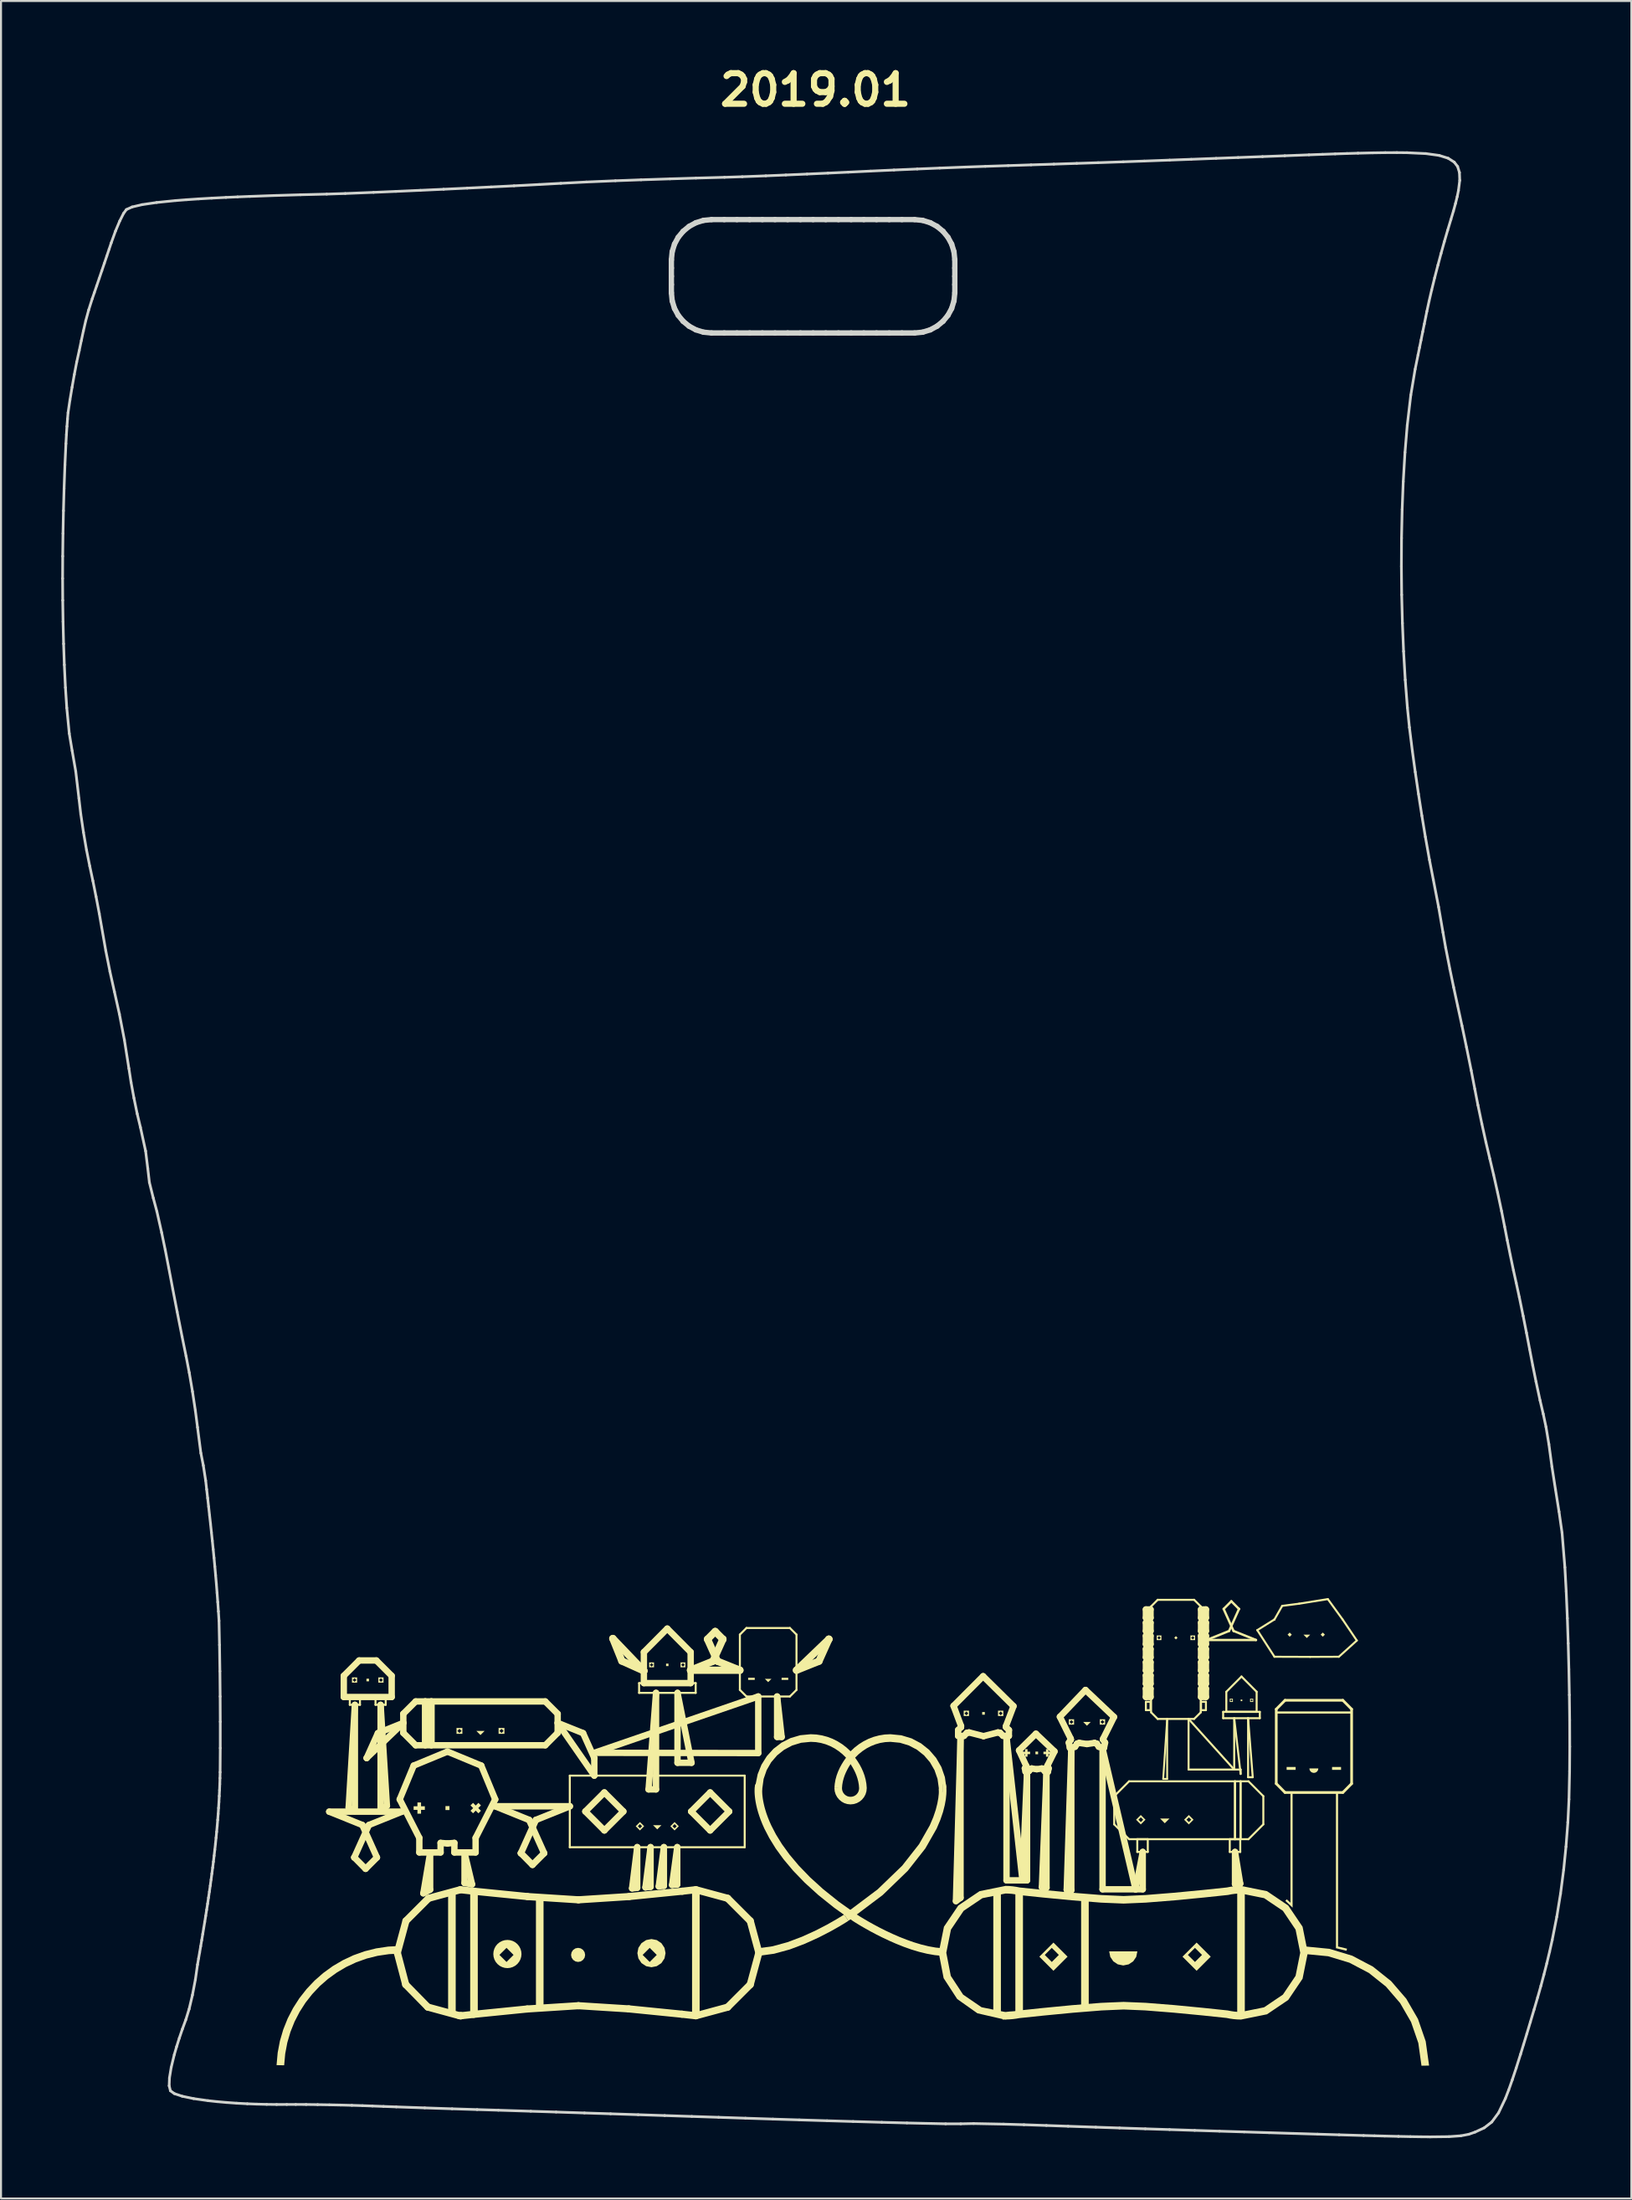
<source format=kicad_pcb>
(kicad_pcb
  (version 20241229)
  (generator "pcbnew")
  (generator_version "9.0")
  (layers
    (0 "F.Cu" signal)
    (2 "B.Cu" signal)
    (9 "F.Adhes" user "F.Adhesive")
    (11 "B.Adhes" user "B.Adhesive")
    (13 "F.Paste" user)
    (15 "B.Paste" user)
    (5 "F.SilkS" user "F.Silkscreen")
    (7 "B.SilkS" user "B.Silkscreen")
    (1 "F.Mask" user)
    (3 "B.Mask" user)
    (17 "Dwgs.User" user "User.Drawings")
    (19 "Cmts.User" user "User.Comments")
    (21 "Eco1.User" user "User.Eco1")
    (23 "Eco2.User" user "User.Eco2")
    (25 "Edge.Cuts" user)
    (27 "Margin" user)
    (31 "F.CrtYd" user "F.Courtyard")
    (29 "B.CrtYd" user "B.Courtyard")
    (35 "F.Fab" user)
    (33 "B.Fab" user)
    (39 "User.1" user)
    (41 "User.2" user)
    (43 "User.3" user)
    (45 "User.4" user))
  (footprint "2019.01"
    (layer "F.Cu")
    (at 37.551 53.895)
    (property "Reference" "2019.01" (at 0 -52.469 0) (layer "F.SilkS") (effects (font (size 1.524 1.524) (thickness 0.305))))
    (attr smd)
    (fp_line (start -24.21 33.231) (end -22.56 33.896) (stroke (width 0.318) (type solid)) (layer "F.SilkS"))
    (fp_line (start -23.484 26.469) (end -22.721 25.706) (stroke (width 0.318) (type solid)) (layer "F.SilkS"))
    (fp_line (start -23.484 27.523) (end -23.484 26.469) (stroke (width 0.318) (type solid)) (layer "F.SilkS"))
    (fp_line (start -23.242 33.028) (end -22.932 27.913) (stroke (width 0.318) (type solid)) (layer "F.SilkS"))
    (fp_line (start -23.185 27.523) (end -23.185 27.913) (stroke (width 0.1) (type solid)) (layer "F.SilkS"))
    (fp_line (start -23.185 27.913) (end -22.679 27.913) (stroke (width 0.1) (type solid)) (layer "F.SilkS"))
    (fp_line (start -22.962 35.508) (end -22.962 35.511) (stroke (width 0.318) (type solid)) (layer "F.SilkS"))
    (fp_line (start -22.962 35.511) (end -22.235 33.896) (stroke (width 0.318) (type solid)) (layer "F.SilkS"))
    (fp_line (start -22.932 27.913) (end -22.932 33.206) (stroke (width 0.318) (type solid)) (layer "F.SilkS"))
    (fp_line (start -22.932 33.206) (end -23.242 33.028) (stroke (width 0.318) (type solid)) (layer "F.SilkS"))
    (fp_line (start -22.721 25.706) (end -21.863 25.706) (stroke (width 0.318) (type solid)) (layer "F.SilkS"))
    (fp_line (start -22.679 27.523) (end -23.185 27.523) (stroke (width 0.1) (type solid)) (layer "F.SilkS"))
    (fp_line (start -22.679 27.913) (end -22.679 27.523) (stroke (width 0.1) (type solid)) (layer "F.SilkS"))
    (fp_line (start -22.56 33.896) (end -21.834 35.511) (stroke (width 0.318) (type solid)) (layer "F.SilkS"))
    (fp_line (start -22.398 36.077) (end -22.962 35.508) (stroke (width 0.318) (type solid)) (layer "F.SilkS"))
    (fp_line (start -22.345 30.561) (end -22.345 30.563) (stroke (width 0.318) (type solid)) (layer "F.SilkS"))
    (fp_line (start -22.345 30.563) (end -21.787 29.323) (stroke (width 0.318) (type solid)) (layer "F.SilkS"))
    (fp_line (start -22.235 33.896) (end -20.585 33.231) (stroke (width 0.318) (type solid)) (layer "F.SilkS"))
    (fp_line (start -21.905 27.523) (end -21.398 27.523) (stroke (width 0.1) (type solid)) (layer "F.SilkS"))
    (fp_line (start -21.905 27.913) (end -21.905 27.523) (stroke (width 0.1) (type solid)) (layer "F.SilkS"))
    (fp_line (start -21.863 25.706) (end -21.1 26.469) (stroke (width 0.318) (type solid)) (layer "F.SilkS"))
    (fp_line (start -21.834 35.511) (end -22.398 36.077) (stroke (width 0.318) (type solid)) (layer "F.SilkS"))
    (fp_line (start -21.787 29.323) (end -20.521 28.813) (stroke (width 0.318) (type solid)) (layer "F.SilkS"))
    (fp_line (start -21.651 27.913) (end -21.651 33.117) (stroke (width 0.318) (type solid)) (layer "F.SilkS"))
    (fp_line (start -21.651 33.117) (end -21.338 32.939) (stroke (width 0.318) (type solid)) (layer "F.SilkS"))
    (fp_line (start -21.398 27.523) (end -21.398 27.913) (stroke (width 0.1) (type solid)) (layer "F.SilkS"))
    (fp_line (start -21.398 27.913) (end -21.905 27.913) (stroke (width 0.1) (type solid)) (layer "F.SilkS"))
    (fp_line (start -21.338 32.939) (end -21.651 27.913) (stroke (width 0.318) (type solid)) (layer "F.SilkS"))
    (fp_line (start -21.1 26.469) (end -21.1 27.523) (stroke (width 0.318) (type solid)) (layer "F.SilkS"))
    (fp_line (start -21.1 27.523) (end -23.484 27.523) (stroke (width 0.318) (type solid)) (layer "F.SilkS"))
    (fp_line (start -20.818 40.253) (end -20.402 41.836) (stroke (width 0.355) (type solid)) (layer "F.SilkS"))
    (fp_line (start -20.7 32.62) (end -19.723 34.538) (stroke (width 0.318) (type solid)) (layer "F.SilkS"))
    (fp_line (start -20.585 33.231) (end -24.21 33.231) (stroke (width 0.318) (type solid)) (layer "F.SilkS"))
    (fp_line (start -20.521 28.813) (end -22.345 30.561) (stroke (width 0.318) (type solid)) (layer "F.SilkS"))
    (fp_line (start -20.521 28.361) (end -19.905 27.745) (stroke (width 0.318) (type solid)) (layer "F.SilkS"))
    (fp_line (start -20.521 29.31) (end -20.521 28.361) (stroke (width 0.318) (type solid)) (layer "F.SilkS"))
    (fp_line (start -20.402 41.836) (end -19.301 42.959) (stroke (width 0.355) (type solid)) (layer "F.SilkS"))
    (fp_line (start -20.389 38.67) (end -20.818 40.253) (stroke (width 0.355) (type solid)) (layer "F.SilkS"))
    (fp_line (start -20.003 30.938) (end -20.7 32.62) (stroke (width 0.318) (type solid)) (layer "F.SilkS"))
    (fp_line (start -19.905 27.745) (end -13.452 27.745) (stroke (width 0.318) (type solid)) (layer "F.SilkS"))
    (fp_line (start -19.905 29.927) (end -20.521 29.31) (stroke (width 0.318) (type solid)) (layer "F.SilkS"))
    (fp_line (start -19.723 34.538) (end -19.723 35.261) (stroke (width 0.318) (type solid)) (layer "F.SilkS"))
    (fp_line (start -19.723 35.261) (end -18.665 35.261) (stroke (width 0.318) (type solid)) (layer "F.SilkS"))
    (fp_line (start -19.523 37.297) (end -19.185 35.281) (stroke (width 0.318) (type solid)) (layer "F.SilkS"))
    (fp_line (start -19.43 27.745) (end -19.43 29.921) (stroke (width 0.318) (type solid)) (layer "F.SilkS"))
    (fp_line (start -19.43 29.921) (end -19.43 27.745) (stroke (width 0.318) (type solid)) (layer "F.SilkS"))
    (fp_line (start -19.301 42.959) (end -17.73 43.386) (stroke (width 0.355) (type solid)) (layer "F.SilkS"))
    (fp_line (start -19.264 37.544) (end -20.389 38.67) (stroke (width 0.355) (type solid)) (layer "F.SilkS"))
    (fp_line (start -19.185 35.281) (end -19.185 37.115) (stroke (width 0.318) (type solid)) (layer "F.SilkS"))
    (fp_line (start -19.185 37.115) (end -19.523 37.297) (stroke (width 0.318) (type solid)) (layer "F.SilkS"))
    (fp_line (start -19.124 27.745) (end -19.124 29.921) (stroke (width 0.318) (type solid)) (layer "F.SilkS"))
    (fp_line (start -19.124 29.921) (end -19.124 27.745) (stroke (width 0.318) (type solid)) (layer "F.SilkS"))
    (fp_line (start -18.665 34.787) (end -18.322 34.814) (stroke (width 0.318) (type solid)) (layer "F.SilkS"))
    (fp_line (start -18.665 35.261) (end -18.665 34.787) (stroke (width 0.318) (type solid)) (layer "F.SilkS"))
    (fp_line (start -18.322 30.242) (end -20.003 30.938) (stroke (width 0.318) (type solid)) (layer "F.SilkS"))
    (fp_line (start -18.322 34.814) (end -17.978 34.787) (stroke (width 0.318) (type solid)) (layer "F.SilkS"))
    (fp_line (start -17.978 34.787) (end -17.978 35.261) (stroke (width 0.318) (type solid)) (layer "F.SilkS"))
    (fp_line (start -17.978 35.261) (end -16.921 35.261) (stroke (width 0.318) (type solid)) (layer "F.SilkS"))
    (fp_line (start -17.73 43.386) (end -17.68 43.393) (stroke (width 0.355) (type solid)) (layer "F.SilkS"))
    (fp_line (start -17.68 37.116) (end -19.264 37.544) (stroke (width 0.355) (type solid)) (layer "F.SilkS"))
    (fp_line (start -17.68 43.393) (end -17.643 43.389) (stroke (width 0.355) (type solid)) (layer "F.SilkS"))
    (fp_line (start -17.643 43.389) (end -17.643 43.389) (stroke (width 0.355) (type solid)) (layer "F.SilkS"))
    (fp_line (start -17.643 43.389) (end -17.021 43.321) (stroke (width 0.355) (type solid)) (layer "F.SilkS"))
    (fp_line (start -17.472 35.281) (end -17.472 36.783) (stroke (width 0.318) (type solid)) (layer "F.SilkS"))
    (fp_line (start -17.472 36.783) (end -17.098 36.846) (stroke (width 0.318) (type solid)) (layer "F.SilkS"))
    (fp_line (start -17.098 36.846) (end -17.472 35.281) (stroke (width 0.318) (type solid)) (layer "F.SilkS"))
    (fp_line (start -17.021 43.321) (end -14.35 43.053) (stroke (width 0.355) (type solid)) (layer "F.SilkS"))
    (fp_line (start -17.006 37.191) (end -17.68 37.116) (stroke (width 0.355) (type solid)) (layer "F.SilkS"))
    (fp_line (start -16.921 34.539) (end -15.944 32.62) (stroke (width 0.318) (type solid)) (layer "F.SilkS"))
    (fp_line (start -16.921 35.261) (end -16.921 34.539) (stroke (width 0.318) (type solid)) (layer "F.SilkS"))
    (fp_line (start -16.64 30.938) (end -18.322 30.242) (stroke (width 0.318) (type solid)) (layer "F.SilkS"))
    (fp_line (start -15.944 32.62) (end -16.64 30.938) (stroke (width 0.318) (type solid)) (layer "F.SilkS"))
    (fp_line (start -15.944 32.963) (end -14.255 33.644) (stroke (width 0.325) (type solid)) (layer "F.SilkS"))
    (fp_line (start -14.666 35.295) (end -14.666 35.299) (stroke (width 0.325) (type solid)) (layer "F.SilkS"))
    (fp_line (start -14.666 35.299) (end -13.921 33.644) (stroke (width 0.325) (type solid)) (layer "F.SilkS"))
    (fp_line (start -14.35 43.053) (end -11.801 42.89) (stroke (width 0.355) (type solid)) (layer "F.SilkS"))
    (fp_line (start -14.339 37.457) (end -17.006 37.191) (stroke (width 0.355) (type solid)) (layer "F.SilkS"))
    (fp_line (start -14.255 33.644) (end -13.51 35.299) (stroke (width 0.325) (type solid)) (layer "F.SilkS"))
    (fp_line (start -14.089 35.878) (end -14.666 35.295) (stroke (width 0.325) (type solid)) (layer "F.SilkS"))
    (fp_line (start -13.921 33.644) (end -12.231 32.963) (stroke (width 0.325) (type solid)) (layer "F.SilkS"))
    (fp_line (start -13.51 35.299) (end -14.089 35.878) (stroke (width 0.325) (type solid)) (layer "F.SilkS"))
    (fp_line (start -13.452 27.745) (end -12.836 28.361) (stroke (width 0.318) (type solid)) (layer "F.SilkS"))
    (fp_line (start -13.452 29.927) (end -19.905 29.927) (stroke (width 0.318) (type solid)) (layer "F.SilkS"))
    (fp_line (start -12.836 28.813) (end -11.57 29.323) (stroke (width 0.318) (type solid)) (layer "F.SilkS"))
    (fp_line (start -12.836 28.361) (end -12.836 29.31) (stroke (width 0.318) (type solid)) (layer "F.SilkS"))
    (fp_line (start -12.836 29.31) (end -13.452 29.927) (stroke (width 0.318) (type solid)) (layer "F.SilkS"))
    (fp_line (start -12.232 31.438) (end -3.524 31.438) (stroke (width 0.1) (type solid)) (layer "F.SilkS"))
    (fp_line (start -12.232 35.003) (end -12.232 31.438) (stroke (width 0.1) (type solid)) (layer "F.SilkS"))
    (fp_line (start -12.231 32.963) (end -15.944 32.963) (stroke (width 0.325) (type solid)) (layer "F.SilkS"))
    (fp_line (start -11.801 37.619) (end -14.339 37.457) (stroke (width 0.355) (type solid)) (layer "F.SilkS"))
    (fp_line (start -11.801 42.89) (end -9.296 43.048) (stroke (width 0.355) (type solid)) (layer "F.SilkS"))
    (fp_line (start -11.57 29.323) (end -11.012 30.563) (stroke (width 0.318) (type solid)) (layer "F.SilkS"))
    (fp_line (start -11.458 33.221) (end -10.511 32.274) (stroke (width 0.318) (type solid)) (layer "F.SilkS"))
    (fp_line (start -11.012 30.303) (end -2.849 27.498) (stroke (width 0.318) (type solid)) (layer "F.SilkS"))
    (fp_line (start -11.012 30.561) (end -11.012 31.438) (stroke (width 0.318) (type solid)) (layer "F.SilkS"))
    (fp_line (start -11.012 30.563) (end -11.012 30.561) (stroke (width 0.318) (type solid)) (layer "F.SilkS"))
    (fp_line (start -11.012 31.438) (end -12.836 28.813) (stroke (width 0.318) (type solid)) (layer "F.SilkS"))
    (fp_line (start -10.511 32.274) (end -9.565 33.221) (stroke (width 0.318) (type solid)) (layer "F.SilkS"))
    (fp_line (start -10.511 34.167) (end -11.458 33.221) (stroke (width 0.318) (type solid)) (layer "F.SilkS"))
    (fp_line (start -10.09 24.613) (end -8.546 26.225) (stroke (width 0.363) (type solid)) (layer "F.SilkS"))
    (fp_line (start -9.639 25.732) (end -10.09 24.613) (stroke (width 0.363) (type solid)) (layer "F.SilkS"))
    (fp_line (start -9.565 33.221) (end -10.511 34.167) (stroke (width 0.318) (type solid)) (layer "F.SilkS"))
    (fp_line (start -9.296 43.048) (end -6.649 43.313) (stroke (width 0.355) (type solid)) (layer "F.SilkS"))
    (fp_line (start -9.283 37.457) (end -11.801 37.619) (stroke (width 0.355) (type solid)) (layer "F.SilkS"))
    (fp_line (start -9.13 37.049) (end -8.875 34.997) (stroke (width 0.318) (type solid)) (layer "F.SilkS"))
    (fp_line (start -8.875 34.997) (end -8.875 37.021) (stroke (width 0.318) (type solid)) (layer "F.SilkS"))
    (fp_line (start -8.875 37.021) (end -9.13 37.049) (stroke (width 0.318) (type solid)) (layer "F.SilkS"))
    (fp_line (start -8.781 26.833) (end -5.964 26.833) (stroke (width 0.1) (type solid)) (layer "F.SilkS"))
    (fp_line (start -8.781 27.319) (end -8.781 26.833) (stroke (width 0.1) (type solid)) (layer "F.SilkS"))
    (fp_line (start -8.546 26.225) (end -8.543 26.225) (stroke (width 0.363) (type solid)) (layer "F.SilkS"))
    (fp_line (start -8.543 26.225) (end -9.639 25.732) (stroke (width 0.363) (type solid)) (layer "F.SilkS"))
    (fp_line (start -8.543 25.291) (end -7.379 24.119) (stroke (width 0.318) (type solid)) (layer "F.SilkS"))
    (fp_line (start -8.543 26.833) (end -8.543 25.291) (stroke (width 0.318) (type solid)) (layer "F.SilkS"))
    (fp_line (start -8.465 37) (end -8.211 34.997) (stroke (width 0.318) (type solid)) (layer "F.SilkS"))
    (fp_line (start -8.309 32.123) (end -7.938 27.319) (stroke (width 0.318) (type solid)) (layer "F.SilkS"))
    (fp_line (start -8.211 34.997) (end -8.211 36.973) (stroke (width 0.318) (type solid)) (layer "F.SilkS"))
    (fp_line (start -8.211 36.973) (end -8.465 37) (stroke (width 0.318) (type solid)) (layer "F.SilkS"))
    (fp_line (start -7.938 27.319) (end -7.938 32.123) (stroke (width 0.318) (type solid)) (layer "F.SilkS"))
    (fp_line (start -7.938 32.123) (end -8.309 32.123) (stroke (width 0.318) (type solid)) (layer "F.SilkS"))
    (fp_line (start -7.801 36.951) (end -7.547 34.997) (stroke (width 0.318) (type solid)) (layer "F.SilkS"))
    (fp_line (start -7.547 34.997) (end -7.547 36.924) (stroke (width 0.318) (type solid)) (layer "F.SilkS"))
    (fp_line (start -7.547 36.924) (end -7.801 36.951) (stroke (width 0.318) (type solid)) (layer "F.SilkS"))
    (fp_line (start -7.379 24.119) (end -6.214 25.291) (stroke (width 0.318) (type solid)) (layer "F.SilkS"))
    (fp_line (start -7.137 36.881) (end -6.883 34.997) (stroke (width 0.318) (type solid)) (layer "F.SilkS"))
    (fp_line (start -6.883 34.997) (end -6.883 36.856) (stroke (width 0.318) (type solid)) (layer "F.SilkS"))
    (fp_line (start -6.883 36.856) (end -7.137 36.881) (stroke (width 0.318) (type solid)) (layer "F.SilkS"))
    (fp_line (start -6.869 27.319) (end -6.869 30.799) (stroke (width 0.318) (type solid)) (layer "F.SilkS"))
    (fp_line (start -6.869 30.799) (end -6.171 30.799) (stroke (width 0.318) (type solid)) (layer "F.SilkS"))
    (fp_line (start -6.649 43.313) (end -5.956 43.391) (stroke (width 0.355) (type solid)) (layer "F.SilkS"))
    (fp_line (start -6.632 37.191) (end -9.283 37.457) (stroke (width 0.355) (type solid)) (layer "F.SilkS"))
    (fp_line (start -6.222 26.192) (end -3.764 26.192) (stroke (width 0.363) (type solid)) (layer "F.SilkS"))
    (fp_line (start -6.214 25.291) (end -6.214 26.833) (stroke (width 0.318) (type solid)) (layer "F.SilkS"))
    (fp_line (start -6.214 26.833) (end -8.543 26.833) (stroke (width 0.318) (type solid)) (layer "F.SilkS"))
    (fp_line (start -6.19 33.221) (end -5.244 34.167) (stroke (width 0.318) (type solid)) (layer "F.SilkS"))
    (fp_line (start -6.171 30.799) (end -6.869 27.319) (stroke (width 0.318) (type solid)) (layer "F.SilkS"))
    (fp_line (start -5.964 26.833) (end -5.964 27.319) (stroke (width 0.1) (type solid)) (layer "F.SilkS"))
    (fp_line (start -5.964 27.319) (end -8.781 27.319) (stroke (width 0.1) (type solid)) (layer "F.SilkS"))
    (fp_line (start -5.956 37.116) (end -6.632 37.191) (stroke (width 0.355) (type solid)) (layer "F.SilkS"))
    (fp_line (start -5.956 43.391) (end -4.373 42.963) (stroke (width 0.355) (type solid)) (layer "F.SilkS"))
    (fp_line (start -5.375 24.646) (end -4.992 24.263) (stroke (width 0.363) (type solid)) (layer "F.SilkS"))
    (fp_line (start -5.244 32.274) (end -6.19 33.221) (stroke (width 0.318) (type solid)) (layer "F.SilkS"))
    (fp_line (start -5.244 34.167) (end -4.297 33.221) (stroke (width 0.318) (type solid)) (layer "F.SilkS"))
    (fp_line (start -5.103 25.742) (end -6.222 26.192) (stroke (width 0.363) (type solid)) (layer "F.SilkS"))
    (fp_line (start -4.992 24.263) (end -4.61 24.648) (stroke (width 0.363) (type solid)) (layer "F.SilkS"))
    (fp_line (start -4.882 25.742) (end -5.375 24.646) (stroke (width 0.363) (type solid)) (layer "F.SilkS"))
    (fp_line (start -4.61 24.646) (end -5.103 25.742) (stroke (width 0.363) (type solid)) (layer "F.SilkS"))
    (fp_line (start -4.61 24.648) (end -4.61 24.646) (stroke (width 0.363) (type solid)) (layer "F.SilkS"))
    (fp_line (start -4.373 37.544) (end -5.956 37.116) (stroke (width 0.355) (type solid)) (layer "F.SilkS"))
    (fp_line (start -4.373 42.963) (end -3.247 41.837) (stroke (width 0.355) (type solid)) (layer "F.SilkS"))
    (fp_line (start -4.297 33.221) (end -5.244 32.274) (stroke (width 0.318) (type solid)) (layer "F.SilkS"))
    (fp_line (start -3.764 26.192) (end -4.882 25.742) (stroke (width 0.363) (type solid)) (layer "F.SilkS"))
    (fp_line (start -3.764 24.417) (end -3.436 24.089) (stroke (width 0.1) (type solid)) (layer "F.SilkS"))
    (fp_line (start -3.764 27.17) (end -3.764 24.417) (stroke (width 0.1) (type solid)) (layer "F.SilkS"))
    (fp_line (start -3.524 31.438) (end -3.524 35.003) (stroke (width 0.1) (type solid)) (layer "F.SilkS"))
    (fp_line (start -3.524 35.003) (end -12.232 35.003) (stroke (width 0.1) (type solid)) (layer "F.SilkS"))
    (fp_line (start -3.436 24.089) (end -1.274 24.089) (stroke (width 0.1) (type solid)) (layer "F.SilkS"))
    (fp_line (start -3.436 27.498) (end -3.764 27.17) (stroke (width 0.1) (type solid)) (layer "F.SilkS"))
    (fp_line (start -3.247 38.67) (end -4.373 37.544) (stroke (width 0.355) (type solid)) (layer "F.SilkS"))
    (fp_line (start -3.247 41.837) (end -2.819 40.253) (stroke (width 0.355) (type solid)) (layer "F.SilkS"))
    (fp_line (start -2.849 27.498) (end -2.849 30.315) (stroke (width 0.318) (type solid)) (layer "F.SilkS"))
    (fp_line (start -2.849 30.315) (end -11.012 30.303) (stroke (width 0.318) (type solid)) (layer "F.SilkS"))
    (fp_line (start -2.819 40.253) (end -3.247 38.67) (stroke (width 0.355) (type solid)) (layer "F.SilkS"))
    (fp_line (start -1.909 27.498) (end -1.909 29.513) (stroke (width 0.318) (type solid)) (layer "F.SilkS"))
    (fp_line (start -1.909 29.513) (end -1.684 29.513) (stroke (width 0.318) (type solid)) (layer "F.SilkS"))
    (fp_line (start -1.684 29.513) (end -1.909 27.498) (stroke (width 0.318) (type solid)) (layer "F.SilkS"))
    (fp_line (start -1.274 24.089) (end -0.945 24.417) (stroke (width 0.1) (type solid)) (layer "F.SilkS"))
    (fp_line (start -1.274 27.498) (end -3.436 27.498) (stroke (width 0.1) (type solid)) (layer "F.SilkS"))
    (fp_line (start -0.945 24.417) (end -0.945 27.17) (stroke (width 0.1) (type solid)) (layer "F.SilkS"))
    (fp_line (start -0.945 27.17) (end -1.274 27.498) (stroke (width 0.1) (type solid)) (layer "F.SilkS"))
    (fp_line (start -0.945 26.192) (end 0.666 24.648) (stroke (width 0.363) (type solid)) (layer "F.SilkS"))
    (fp_line (start 0.173 25.742) (end -0.945 26.192) (stroke (width 0.363) (type solid)) (layer "F.SilkS"))
    (fp_line (start 0.666 24.646) (end 0.173 25.742) (stroke (width 0.363) (type solid)) (layer "F.SilkS"))
    (fp_line (start 0.666 24.648) (end 0.666 24.646) (stroke (width 0.363) (type solid)) (layer "F.SilkS"))
    (fp_line (start 6.875 27.966) (end 8.347 26.489) (stroke (width 0.318) (type solid)) (layer "F.SilkS"))
    (fp_line (start 6.994 37.683) (end 7.222 29.52) (stroke (width 0.318) (type solid)) (layer "F.SilkS"))
    (fp_line (start 7.102 29.169) (end 7.245 29.026) (stroke (width 0.318) (type solid)) (layer "F.SilkS"))
    (fp_line (start 7.102 29.46) (end 7.102 29.169) (stroke (width 0.318) (type solid)) (layer "F.SilkS"))
    (fp_line (start 7.222 29.52) (end 7.222 37.519) (stroke (width 0.318) (type solid)) (layer "F.SilkS"))
    (fp_line (start 7.222 37.519) (end 6.994 37.683) (stroke (width 0.318) (type solid)) (layer "F.SilkS"))
    (fp_line (start 7.245 29.026) (end 7.245 29.026) (stroke (width 0.318) (type solid)) (layer "F.SilkS"))
    (fp_line (start 7.245 29.026) (end 7.248 28.968) (stroke (width 0.318) (type solid)) (layer "F.SilkS"))
    (fp_line (start 7.248 28.968) (end 6.875 27.966) (stroke (width 0.318) (type solid)) (layer "F.SilkS"))
    (fp_line (start 7.393 29.46) (end 7.102 29.46) (stroke (width 0.318) (type solid)) (layer "F.SilkS"))
    (fp_line (start 7.536 29.317) (end 7.393 29.46) (stroke (width 0.318) (type solid)) (layer "F.SilkS"))
    (fp_line (start 7.545 29.307) (end 7.536 29.317) (stroke (width 0.318) (type solid)) (layer "F.SilkS"))
    (fp_line (start 7.646 29.288) (end 7.545 29.307) (stroke (width 0.318) (type solid)) (layer "F.SilkS"))
    (fp_line (start 8.347 26.489) (end 9.859 27.981) (stroke (width 0.318) (type solid)) (layer "F.SilkS"))
    (fp_line (start 8.367 29.473) (end 7.646 29.288) (stroke (width 0.318) (type solid)) (layer "F.SilkS"))
    (fp_line (start 9.088 29.288) (end 8.367 29.473) (stroke (width 0.318) (type solid)) (layer "F.SilkS"))
    (fp_line (start 9.189 29.307) (end 9.088 29.288) (stroke (width 0.318) (type solid)) (layer "F.SilkS"))
    (fp_line (start 9.198 29.317) (end 9.189 29.307) (stroke (width 0.318) (type solid)) (layer "F.SilkS"))
    (fp_line (start 9.336 29.455) (end 9.198 29.317) (stroke (width 0.318) (type solid)) (layer "F.SilkS"))
    (fp_line (start 9.487 28.967) (end 9.489 29.026) (stroke (width 0.318) (type solid)) (layer "F.SilkS"))
    (fp_line (start 9.489 29.026) (end 9.489 29.026) (stroke (width 0.318) (type solid)) (layer "F.SilkS"))
    (fp_line (start 9.489 29.026) (end 9.632 29.169) (stroke (width 0.318) (type solid)) (layer "F.SilkS"))
    (fp_line (start 9.512 29.52) (end 9.512 36.651) (stroke (width 0.318) (type solid)) (layer "F.SilkS"))
    (fp_line (start 9.512 36.651) (end 10.305 36.651) (stroke (width 0.318) (type solid)) (layer "F.SilkS"))
    (fp_line (start 9.629 29.463) (end 9.336 29.455) (stroke (width 0.318) (type solid)) (layer "F.SilkS"))
    (fp_line (start 9.632 29.169) (end 9.629 29.463) (stroke (width 0.318) (type solid)) (layer "F.SilkS"))
    (fp_line (start 9.859 27.981) (end 9.487 28.967) (stroke (width 0.318) (type solid)) (layer "F.SilkS"))
    (fp_line (start 10.136 30.181) (end 10.975 29.353) (stroke (width 0.318) (type solid)) (layer "F.SilkS"))
    (fp_line (start 10.305 36.651) (end 9.512 29.52) (stroke (width 0.318) (type solid)) (layer "F.SilkS"))
    (fp_line (start 10.305 36.651) (end 10.533 31.264) (stroke (width 0.318) (type solid)) (layer "F.SilkS"))
    (fp_line (start 10.425 31.075) (end 10.491 30.975) (stroke (width 0.318) (type solid)) (layer "F.SilkS"))
    (fp_line (start 10.46 31.243) (end 10.425 31.075) (stroke (width 0.318) (type solid)) (layer "F.SilkS"))
    (fp_line (start 10.486 30.941) (end 10.136 30.181) (stroke (width 0.318) (type solid)) (layer "F.SilkS"))
    (fp_line (start 10.491 30.975) (end 10.491 30.975) (stroke (width 0.318) (type solid)) (layer "F.SilkS"))
    (fp_line (start 10.491 30.975) (end 10.486 30.941) (stroke (width 0.318) (type solid)) (layer "F.SilkS"))
    (fp_line (start 10.533 31.264) (end 10.533 36.651) (stroke (width 0.318) (type solid)) (layer "F.SilkS"))
    (fp_line (start 10.533 36.651) (end 10.305 36.651) (stroke (width 0.318) (type solid)) (layer "F.SilkS"))
    (fp_line (start 10.629 31.209) (end 10.46 31.243) (stroke (width 0.318) (type solid)) (layer "F.SilkS"))
    (fp_line (start 10.694 31.109) (end 10.629 31.209) (stroke (width 0.318) (type solid)) (layer "F.SilkS"))
    (fp_line (start 10.695 31.109) (end 10.694 31.109) (stroke (width 0.318) (type solid)) (layer "F.SilkS"))
    (fp_line (start 10.765 31.082) (end 10.695 31.109) (stroke (width 0.318) (type solid)) (layer "F.SilkS"))
    (fp_line (start 10.975 29.353) (end 11.901 30.235) (stroke (width 0.318) (type solid)) (layer "F.SilkS"))
    (fp_line (start 11.018 31.119) (end 10.765 31.082) (stroke (width 0.318) (type solid)) (layer "F.SilkS"))
    (fp_line (start 11.271 31.082) (end 11.018 31.119) (stroke (width 0.318) (type solid)) (layer "F.SilkS"))
    (fp_line (start 11.274 36.994) (end 11.502 31.264) (stroke (width 0.318) (type solid)) (layer "F.SilkS"))
    (fp_line (start 11.34 31.109) (end 11.271 31.082) (stroke (width 0.318) (type solid)) (layer "F.SilkS"))
    (fp_line (start 11.341 31.109) (end 11.34 31.109) (stroke (width 0.318) (type solid)) (layer "F.SilkS"))
    (fp_line (start 11.406 31.209) (end 11.341 31.109) (stroke (width 0.318) (type solid)) (layer "F.SilkS"))
    (fp_line (start 11.502 31.264) (end 11.502 37.012) (stroke (width 0.318) (type solid)) (layer "F.SilkS"))
    (fp_line (start 11.502 37.012) (end 11.274 36.994) (stroke (width 0.318) (type solid)) (layer "F.SilkS"))
    (fp_line (start 11.544 30.975) (end 11.544 30.975) (stroke (width 0.318) (type solid)) (layer "F.SilkS"))
    (fp_line (start 11.544 30.975) (end 11.61 31.075) (stroke (width 0.318) (type solid)) (layer "F.SilkS"))
    (fp_line (start 11.55 30.94) (end 11.544 30.975) (stroke (width 0.318) (type solid)) (layer "F.SilkS"))
    (fp_line (start 11.575 31.243) (end 11.406 31.209) (stroke (width 0.318) (type solid)) (layer "F.SilkS"))
    (fp_line (start 11.61 31.075) (end 11.575 31.243) (stroke (width 0.318) (type solid)) (layer "F.SilkS"))
    (fp_line (start 11.901 30.235) (end 11.55 30.94) (stroke (width 0.318) (type solid)) (layer "F.SilkS"))
    (fp_line (start 12.169 28.509) (end 13.444 27.174) (stroke (width 0.318) (type solid)) (layer "F.SilkS"))
    (fp_line (start 12.51 37.116) (end 12.738 30.086) (stroke (width 0.318) (type solid)) (layer "F.SilkS"))
    (fp_line (start 12.613 29.797) (end 12.713 29.645) (stroke (width 0.318) (type solid)) (layer "F.SilkS"))
    (fp_line (start 12.666 30.055) (end 12.613 29.797) (stroke (width 0.318) (type solid)) (layer "F.SilkS"))
    (fp_line (start 12.706 29.594) (end 12.169 28.509) (stroke (width 0.318) (type solid)) (layer "F.SilkS"))
    (fp_line (start 12.713 29.645) (end 12.713 29.645) (stroke (width 0.318) (type solid)) (layer "F.SilkS"))
    (fp_line (start 12.713 29.645) (end 12.706 29.594) (stroke (width 0.318) (type solid)) (layer "F.SilkS"))
    (fp_line (start 12.738 30.086) (end 12.738 37.144) (stroke (width 0.318) (type solid)) (layer "F.SilkS"))
    (fp_line (start 12.738 37.144) (end 12.51 37.116) (stroke (width 0.318) (type solid)) (layer "F.SilkS"))
    (fp_line (start 12.923 30.002) (end 12.666 30.055) (stroke (width 0.318) (type solid)) (layer "F.SilkS"))
    (fp_line (start 13.023 29.85) (end 12.923 30.002) (stroke (width 0.318) (type solid)) (layer "F.SilkS"))
    (fp_line (start 13.024 29.85) (end 13.023 29.85) (stroke (width 0.318) (type solid)) (layer "F.SilkS"))
    (fp_line (start 13.129 29.808) (end 13.024 29.85) (stroke (width 0.318) (type solid)) (layer "F.SilkS"))
    (fp_line (start 13.444 27.174) (end 14.863 28.518) (stroke (width 0.318) (type solid)) (layer "F.SilkS"))
    (fp_line (start 13.516 29.865) (end 13.129 29.808) (stroke (width 0.318) (type solid)) (layer "F.SilkS"))
    (fp_line (start 13.898 29.81) (end 13.516 29.865) (stroke (width 0.318) (type solid)) (layer "F.SilkS"))
    (fp_line (start 14.008 29.85) (end 13.898 29.81) (stroke (width 0.318) (type solid)) (layer "F.SilkS"))
    (fp_line (start 14.008 29.85) (end 14.008 29.85) (stroke (width 0.318) (type solid)) (layer "F.SilkS"))
    (fp_line (start 14.109 30.002) (end 14.008 29.85) (stroke (width 0.318) (type solid)) (layer "F.SilkS"))
    (fp_line (start 14.294 30.086) (end 14.294 37.096) (stroke (width 0.318) (type solid)) (layer "F.SilkS"))
    (fp_line (start 14.294 37.096) (end 15.937 37.096) (stroke (width 0.318) (type solid)) (layer "F.SilkS"))
    (fp_line (start 14.319 29.645) (end 14.319 29.645) (stroke (width 0.318) (type solid)) (layer "F.SilkS"))
    (fp_line (start 14.319 29.645) (end 14.419 29.797) (stroke (width 0.318) (type solid)) (layer "F.SilkS"))
    (fp_line (start 14.328 29.593) (end 14.319 29.645) (stroke (width 0.318) (type solid)) (layer "F.SilkS"))
    (fp_line (start 14.366 30.055) (end 14.109 30.002) (stroke (width 0.318) (type solid)) (layer "F.SilkS"))
    (fp_line (start 14.419 29.797) (end 14.366 30.055) (stroke (width 0.318) (type solid)) (layer "F.SilkS"))
    (fp_line (start 14.863 28.518) (end 14.328 29.593) (stroke (width 0.318) (type solid)) (layer "F.SilkS"))
    (fp_line (start 14.874 32.46) (end 15.614 31.72) (stroke (width 0.1) (type solid)) (layer "F.SilkS"))
    (fp_line (start 14.874 33.863) (end 14.874 32.46) (stroke (width 0.1) (type solid)) (layer "F.SilkS"))
    (fp_line (start 15.614 31.72) (end 21.559 31.72) (stroke (width 0.1) (type solid)) (layer "F.SilkS"))
    (fp_line (start 15.614 34.602) (end 14.874 33.863) (stroke (width 0.1) (type solid)) (layer "F.SilkS"))
    (fp_line (start 15.937 37.096) (end 14.294 30.086) (stroke (width 0.318) (type solid)) (layer "F.SilkS"))
    (fp_line (start 15.937 37.096) (end 16.294 35.236) (stroke (width 0.318) (type solid)) (layer "F.SilkS"))
    (fp_line (start 16.023 34.602) (end 16.545 34.602) (stroke (width 0.1) (type solid)) (layer "F.SilkS"))
    (fp_line (start 16.023 35.236) (end 16.023 34.602) (stroke (width 0.1) (type solid)) (layer "F.SilkS"))
    (fp_line (start 16.294 35.236) (end 16.294 37.096) (stroke (width 0.318) (type solid)) (layer "F.SilkS"))
    (fp_line (start 16.294 37.096) (end 15.937 37.096) (stroke (width 0.318) (type solid)) (layer "F.SilkS"))
    (fp_line (start 16.451 23.167) (end 16.682 23.167) (stroke (width 0.318) (type solid)) (layer "F.SilkS"))
    (fp_line (start 16.451 23.582) (end 16.451 23.167) (stroke (width 0.318) (type solid)) (layer "F.SilkS"))
    (fp_line (start 16.451 23.824) (end 16.682 23.824) (stroke (width 0.318) (type solid)) (layer "F.SilkS"))
    (fp_line (start 16.451 24.238) (end 16.451 23.824) (stroke (width 0.318) (type solid)) (layer "F.SilkS"))
    (fp_line (start 16.451 24.48) (end 16.682 24.48) (stroke (width 0.318) (type solid)) (layer "F.SilkS"))
    (fp_line (start 16.451 24.895) (end 16.451 24.48) (stroke (width 0.318) (type solid)) (layer "F.SilkS"))
    (fp_line (start 16.451 25.137) (end 16.682 25.137) (stroke (width 0.318) (type solid)) (layer "F.SilkS"))
    (fp_line (start 16.451 25.551) (end 16.451 25.137) (stroke (width 0.318) (type solid)) (layer "F.SilkS"))
    (fp_line (start 16.451 25.793) (end 16.682 25.793) (stroke (width 0.318) (type solid)) (layer "F.SilkS"))
    (fp_line (start 16.451 26.208) (end 16.451 25.793) (stroke (width 0.318) (type solid)) (layer "F.SilkS"))
    (fp_line (start 16.451 26.45) (end 16.682 26.45) (stroke (width 0.318) (type solid)) (layer "F.SilkS"))
    (fp_line (start 16.451 26.865) (end 16.451 26.45) (stroke (width 0.318) (type solid)) (layer "F.SilkS"))
    (fp_line (start 16.451 27.107) (end 16.682 27.107) (stroke (width 0.318) (type solid)) (layer "F.SilkS"))
    (fp_line (start 16.451 27.521) (end 16.451 27.107) (stroke (width 0.318) (type solid)) (layer "F.SilkS"))
    (fp_line (start 16.451 27.763) (end 16.682 27.763) (stroke (width 0.1) (type solid)) (layer "F.SilkS"))
    (fp_line (start 16.451 28.178) (end 16.451 27.763) (stroke (width 0.1) (type solid)) (layer "F.SilkS"))
    (fp_line (start 16.545 34.602) (end 16.545 35.236) (stroke (width 0.1) (type solid)) (layer "F.SilkS"))
    (fp_line (start 16.545 35.236) (end 16.023 35.236) (stroke (width 0.1) (type solid)) (layer "F.SilkS"))
    (fp_line (start 16.682 23.167) (end 16.682 23.582) (stroke (width 0.318) (type solid)) (layer "F.SilkS"))
    (fp_line (start 16.682 23.582) (end 16.451 23.582) (stroke (width 0.318) (type solid)) (layer "F.SilkS"))
    (fp_line (start 16.682 23.824) (end 16.682 24.238) (stroke (width 0.318) (type solid)) (layer "F.SilkS"))
    (fp_line (start 16.682 24.238) (end 16.451 24.238) (stroke (width 0.318) (type solid)) (layer "F.SilkS"))
    (fp_line (start 16.682 24.48) (end 16.682 24.895) (stroke (width 0.318) (type solid)) (layer "F.SilkS"))
    (fp_line (start 16.682 24.895) (end 16.451 24.895) (stroke (width 0.318) (type solid)) (layer "F.SilkS"))
    (fp_line (start 16.682 25.137) (end 16.682 25.551) (stroke (width 0.318) (type solid)) (layer "F.SilkS"))
    (fp_line (start 16.682 25.551) (end 16.451 25.551) (stroke (width 0.318) (type solid)) (layer "F.SilkS"))
    (fp_line (start 16.682 25.793) (end 16.682 26.208) (stroke (width 0.318) (type solid)) (layer "F.SilkS"))
    (fp_line (start 16.682 26.208) (end 16.451 26.208) (stroke (width 0.318) (type solid)) (layer "F.SilkS"))
    (fp_line (start 16.682 26.45) (end 16.682 26.865) (stroke (width 0.318) (type solid)) (layer "F.SilkS"))
    (fp_line (start 16.682 26.865) (end 16.451 26.865) (stroke (width 0.318) (type solid)) (layer "F.SilkS"))
    (fp_line (start 16.682 27.107) (end 16.682 27.521) (stroke (width 0.318) (type solid)) (layer "F.SilkS"))
    (fp_line (start 16.682 27.521) (end 16.451 27.521) (stroke (width 0.318) (type solid)) (layer "F.SilkS"))
    (fp_line (start 16.682 27.763) (end 16.682 28.178) (stroke (width 0.1) (type solid)) (layer "F.SilkS"))
    (fp_line (start 16.682 28.178) (end 16.451 28.178) (stroke (width 0.1) (type solid)) (layer "F.SilkS"))
    (fp_line (start 16.71 23.015) (end 17.038 22.686) (stroke (width 0.1) (type solid)) (layer "F.SilkS"))
    (fp_line (start 16.71 28.288) (end 16.71 23.015) (stroke (width 0.1) (type solid)) (layer "F.SilkS"))
    (fp_line (start 17.038 22.686) (end 18.853 22.686) (stroke (width 0.1) (type solid)) (layer "F.SilkS"))
    (fp_line (start 17.038 28.616) (end 16.71 28.288) (stroke (width 0.1) (type solid)) (layer "F.SilkS"))
    (fp_line (start 17.313 31.6) (end 17.51 28.618) (stroke (width 0.092) (type solid)) (layer "F.SilkS"))
    (fp_line (start 17.51 28.618) (end 17.51 31.6) (stroke (width 0.092) (type solid)) (layer "F.SilkS"))
    (fp_line (start 17.51 31.6) (end 17.313 31.6) (stroke (width 0.092) (type solid)) (layer "F.SilkS"))
    (fp_line (start 18.576 28.616) (end 18.576 31.135) (stroke (width 0.1) (type solid)) (layer "F.SilkS"))
    (fp_line (start 18.576 31.135) (end 20.848 31.135) (stroke (width 0.1) (type solid)) (layer "F.SilkS"))
    (fp_line (start 18.853 22.686) (end 19.182 23.015) (stroke (width 0.1) (type solid)) (layer "F.SilkS"))
    (fp_line (start 18.853 28.616) (end 17.038 28.616) (stroke (width 0.1) (type solid)) (layer "F.SilkS"))
    (fp_line (start 19.182 23.015) (end 19.182 28.288) (stroke (width 0.1) (type solid)) (layer "F.SilkS"))
    (fp_line (start 19.182 28.288) (end 18.853 28.616) (stroke (width 0.1) (type solid)) (layer "F.SilkS"))
    (fp_line (start 19.197 23.167) (end 19.197 23.582) (stroke (width 0.318) (type solid)) (layer "F.SilkS"))
    (fp_line (start 19.197 23.582) (end 19.44 23.582) (stroke (width 0.318) (type solid)) (layer "F.SilkS"))
    (fp_line (start 19.197 23.824) (end 19.197 24.238) (stroke (width 0.318) (type solid)) (layer "F.SilkS"))
    (fp_line (start 19.197 24.238) (end 19.44 24.238) (stroke (width 0.318) (type solid)) (layer "F.SilkS"))
    (fp_line (start 19.197 24.48) (end 19.197 24.895) (stroke (width 0.318) (type solid)) (layer "F.SilkS"))
    (fp_line (start 19.197 24.895) (end 19.44 24.895) (stroke (width 0.318) (type solid)) (layer "F.SilkS"))
    (fp_line (start 19.197 25.137) (end 19.197 25.551) (stroke (width 0.318) (type solid)) (layer "F.SilkS"))
    (fp_line (start 19.197 25.551) (end 19.44 25.551) (stroke (width 0.318) (type solid)) (layer "F.SilkS"))
    (fp_line (start 19.197 25.793) (end 19.197 26.208) (stroke (width 0.318) (type solid)) (layer "F.SilkS"))
    (fp_line (start 19.197 26.208) (end 19.44 26.208) (stroke (width 0.318) (type solid)) (layer "F.SilkS"))
    (fp_line (start 19.197 26.45) (end 19.197 26.865) (stroke (width 0.318) (type solid)) (layer "F.SilkS"))
    (fp_line (start 19.197 26.865) (end 19.44 26.865) (stroke (width 0.318) (type solid)) (layer "F.SilkS"))
    (fp_line (start 19.197 27.107) (end 19.197 27.521) (stroke (width 0.318) (type solid)) (layer "F.SilkS"))
    (fp_line (start 19.197 27.521) (end 19.44 27.521) (stroke (width 0.318) (type solid)) (layer "F.SilkS"))
    (fp_line (start 19.197 27.763) (end 19.197 28.178) (stroke (width 0.1) (type solid)) (layer "F.SilkS"))
    (fp_line (start 19.197 28.178) (end 19.44 28.178) (stroke (width 0.1) (type solid)) (layer "F.SilkS"))
    (fp_line (start 19.44 23.167) (end 19.197 23.167) (stroke (width 0.318) (type solid)) (layer "F.SilkS"))
    (fp_line (start 19.44 23.582) (end 19.44 23.167) (stroke (width 0.318) (type solid)) (layer "F.SilkS"))
    (fp_line (start 19.44 23.824) (end 19.197 23.824) (stroke (width 0.318) (type solid)) (layer "F.SilkS"))
    (fp_line (start 19.44 24.238) (end 19.44 23.824) (stroke (width 0.318) (type solid)) (layer "F.SilkS"))
    (fp_line (start 19.44 24.48) (end 19.197 24.48) (stroke (width 0.318) (type solid)) (layer "F.SilkS"))
    (fp_line (start 19.44 24.895) (end 19.44 24.48) (stroke (width 0.318) (type solid)) (layer "F.SilkS"))
    (fp_line (start 19.44 25.137) (end 19.197 25.137) (stroke (width 0.318) (type solid)) (layer "F.SilkS"))
    (fp_line (start 19.44 25.551) (end 19.44 25.137) (stroke (width 0.318) (type solid)) (layer "F.SilkS"))
    (fp_line (start 19.44 25.793) (end 19.197 25.793) (stroke (width 0.318) (type solid)) (layer "F.SilkS"))
    (fp_line (start 19.44 26.208) (end 19.44 25.793) (stroke (width 0.318) (type solid)) (layer "F.SilkS"))
    (fp_line (start 19.44 26.45) (end 19.197 26.45) (stroke (width 0.318) (type solid)) (layer "F.SilkS"))
    (fp_line (start 19.44 26.865) (end 19.44 26.45) (stroke (width 0.318) (type solid)) (layer "F.SilkS"))
    (fp_line (start 19.44 27.107) (end 19.197 27.107) (stroke (width 0.318) (type solid)) (layer "F.SilkS"))
    (fp_line (start 19.44 27.521) (end 19.44 27.107) (stroke (width 0.318) (type solid)) (layer "F.SilkS"))
    (fp_line (start 19.44 27.763) (end 19.197 27.763) (stroke (width 0.1) (type solid)) (layer "F.SilkS"))
    (fp_line (start 19.44 28.178) (end 19.44 27.763) (stroke (width 0.1) (type solid)) (layer "F.SilkS"))
    (fp_line (start 19.476 24.687) (end 21.934 24.687) (stroke (width 0.115) (type solid)) (layer "F.SilkS"))
    (fp_line (start 20.298 28.264) (end 22.123 28.264) (stroke (width 0.1) (type solid)) (layer "F.SilkS"))
    (fp_line (start 20.298 28.578) (end 20.298 28.264) (stroke (width 0.1) (type solid)) (layer "F.SilkS"))
    (fp_line (start 20.322 23.141) (end 20.705 22.758) (stroke (width 0.115) (type solid)) (layer "F.SilkS"))
    (fp_line (start 20.456 27.264) (end 21.211 26.505) (stroke (width 0.1) (type solid)) (layer "F.SilkS"))
    (fp_line (start 20.456 28.264) (end 20.456 27.264) (stroke (width 0.1) (type solid)) (layer "F.SilkS"))
    (fp_line (start 20.594 24.237) (end 19.476 24.687) (stroke (width 0.115) (type solid)) (layer "F.SilkS"))
    (fp_line (start 20.627 34.602) (end 20.627 35.236) (stroke (width 0.1) (type solid)) (layer "F.SilkS"))
    (fp_line (start 20.627 35.236) (end 21.149 35.236) (stroke (width 0.1) (type solid)) (layer "F.SilkS"))
    (fp_line (start 20.705 22.758) (end 21.087 23.143) (stroke (width 0.115) (type solid)) (layer "F.SilkS"))
    (fp_line (start 20.815 24.237) (end 20.322 23.141) (stroke (width 0.115) (type solid)) (layer "F.SilkS"))
    (fp_line (start 20.848 31.135) (end 18.576 28.616) (stroke (width 0.1) (type solid)) (layer "F.SilkS"))
    (fp_line (start 20.848 28.579) (end 20.848 31.135) (stroke (width 0.1) (type solid)) (layer "F.SilkS"))
    (fp_line (start 20.848 31.135) (end 21.168 31.135) (stroke (width 0.1) (type solid)) (layer "F.SilkS"))
    (fp_line (start 20.888 31.72) (end 20.888 34.602) (stroke (width 0.1) (type solid)) (layer "F.SilkS"))
    (fp_line (start 20.888 34.602) (end 20.888 31.72) (stroke (width 0.1) (type solid)) (layer "F.SilkS"))
    (fp_line (start 20.888 35.236) (end 20.888 36.833) (stroke (width 0.318) (type solid)) (layer "F.SilkS"))
    (fp_line (start 20.888 36.833) (end 21.148 36.815) (stroke (width 0.318) (type solid)) (layer "F.SilkS"))
    (fp_line (start 21.087 23.141) (end 20.594 24.237) (stroke (width 0.115) (type solid)) (layer "F.SilkS"))
    (fp_line (start 21.087 23.143) (end 21.087 23.141) (stroke (width 0.115) (type solid)) (layer "F.SilkS"))
    (fp_line (start 21.148 36.815) (end 20.888 35.236) (stroke (width 0.318) (type solid)) (layer "F.SilkS"))
    (fp_line (start 21.149 34.602) (end 20.627 34.602) (stroke (width 0.1) (type solid)) (layer "F.SilkS"))
    (fp_line (start 21.149 35.236) (end 21.149 34.602) (stroke (width 0.1) (type solid)) (layer "F.SilkS"))
    (fp_line (start 21.165 31.72) (end 21.165 34.602) (stroke (width 0.1) (type solid)) (layer "F.SilkS"))
    (fp_line (start 21.165 34.602) (end 21.165 31.72) (stroke (width 0.1) (type solid)) (layer "F.SilkS"))
    (fp_line (start 21.168 31.135) (end 21.168 31.353) (stroke (width 0.1) (type solid)) (layer "F.SilkS"))
    (fp_line (start 21.168 31.353) (end 20.848 28.579) (stroke (width 0.1) (type solid)) (layer "F.SilkS"))
    (fp_line (start 21.211 26.505) (end 21.965 27.264) (stroke (width 0.1) (type solid)) (layer "F.SilkS"))
    (fp_line (start 21.539 28.579) (end 21.539 31.517) (stroke (width 0.1) (type solid)) (layer "F.SilkS"))
    (fp_line (start 21.539 31.517) (end 21.771 31.517) (stroke (width 0.1) (type solid)) (layer "F.SilkS"))
    (fp_line (start 21.559 31.72) (end 22.298 32.46) (stroke (width 0.1) (type solid)) (layer "F.SilkS"))
    (fp_line (start 21.559 34.602) (end 15.614 34.602) (stroke (width 0.1) (type solid)) (layer "F.SilkS"))
    (fp_line (start 21.771 31.517) (end 21.539 28.579) (stroke (width 0.1) (type solid)) (layer "F.SilkS"))
    (fp_line (start 21.934 24.687) (end 20.815 24.237) (stroke (width 0.115) (type solid)) (layer "F.SilkS"))
    (fp_line (start 21.965 27.264) (end 21.965 28.264) (stroke (width 0.1) (type solid)) (layer "F.SilkS"))
    (fp_line (start 21.965 28.264) (end 20.456 28.264) (stroke (width 0.1) (type solid)) (layer "F.SilkS"))
    (fp_line (start 21.998 24.196) (end 22.853 25.521) (stroke (width 0.1) (type solid)) (layer "F.SilkS"))
    (fp_line (start 22.123 28.264) (end 22.123 28.578) (stroke (width 0.1) (type solid)) (layer "F.SilkS"))
    (fp_line (start 22.123 28.578) (end 20.298 28.578) (stroke (width 0.1) (type solid)) (layer "F.SilkS"))
    (fp_line (start 22.298 32.46) (end 22.298 33.863) (stroke (width 0.1) (type solid)) (layer "F.SilkS"))
    (fp_line (start 22.298 33.863) (end 21.559 34.602) (stroke (width 0.1) (type solid)) (layer "F.SilkS"))
    (fp_line (start 22.853 23.663) (end 21.998 24.196) (stroke (width 0.1) (type solid)) (layer "F.SilkS"))
    (fp_line (start 22.853 23.663) (end 22.853 23.663) (stroke (width 0.1) (type solid)) (layer "F.SilkS"))
    (fp_line (start 22.853 25.521) (end 24.63 25.527) (stroke (width 0.1) (type solid)) (layer "F.SilkS"))
    (fp_line (start 22.942 28.13) (end 23.379 27.688) (stroke (width 0.134) (type solid)) (layer "F.SilkS"))
    (fp_line (start 22.942 31.836) (end 22.942 28.13) (stroke (width 0.134) (type solid)) (layer "F.SilkS"))
    (fp_line (start 23.237 22.988) (end 22.853 23.663) (stroke (width 0.1) (type solid)) (layer "F.SilkS"))
    (fp_line (start 23.379 27.688) (end 26.257 27.688) (stroke (width 0.134) (type solid)) (layer "F.SilkS"))
    (fp_line (start 23.379 32.278) (end 22.942 31.836) (stroke (width 0.134) (type solid)) (layer "F.SilkS"))
    (fp_line (start 24.084 22.879) (end 23.237 22.988) (stroke (width 0.1) (type solid)) (layer "F.SilkS"))
    (fp_line (start 24.63 25.527) (end 26.059 25.521) (stroke (width 0.1) (type solid)) (layer "F.SilkS"))
    (fp_line (start 25.509 22.651) (end 24.084 22.879) (stroke (width 0.1) (type solid)) (layer "F.SilkS"))
    (fp_line (start 26.059 25.521) (end 26.953 24.713) (stroke (width 0.1) (type solid)) (layer "F.SilkS"))
    (fp_line (start 26.24 23.657) (end 25.509 22.651) (stroke (width 0.1) (type solid)) (layer "F.SilkS"))
    (fp_line (start 26.257 27.688) (end 26.694 28.13) (stroke (width 0.134) (type solid)) (layer "F.SilkS"))
    (fp_line (start 26.257 32.278) (end 23.379 32.278) (stroke (width 0.134) (type solid)) (layer "F.SilkS"))
    (fp_line (start 26.694 28.13) (end 26.694 31.836) (stroke (width 0.134) (type solid)) (layer "F.SilkS"))
    (fp_line (start 26.694 31.836) (end 26.257 32.278) (stroke (width 0.134) (type solid)) (layer "F.SilkS"))
    (fp_line (start 26.953 24.713) (end 26.24 23.657) (stroke (width 0.1) (type solid)) (layer "F.SilkS"))
    (fp_poly (pts (xy -16.884 29.212) (xy -16.679 29.418) (xy -16.473 29.212) (xy -16.884 29.212)) (stroke (width 0) (type solid)) (fill yes) (layer "F.SilkS"))
    (fp_poly (pts (xy -8.087 33.905) (xy -7.878 34.114) (xy -7.668 33.904) (xy -8.087 33.905)) (stroke (width 0) (type solid)) (fill yes) (layer "F.SilkS"))
    (fp_poly (pts (xy -2.52 26.62) (xy -2.355 26.785) (xy -2.19 26.62) (xy -2.52 26.62)) (stroke (width 0) (type solid)) (fill yes) (layer "F.SilkS"))
    (fp_poly (pts (xy 13.328 28.766) (xy 13.516 28.954) (xy 13.704 28.766) (xy 13.328 28.766)) (stroke (width 0) (type solid)) (fill yes) (layer "F.SilkS"))
    (fp_poly (pts (xy 17.158 33.573) (xy 17.392 33.809) (xy 17.627 33.573) (xy 17.158 33.573)) (stroke (width 0) (type solid)) (fill yes) (layer "F.SilkS"))
    (fp_poly (pts (xy 24.632 24.42) (xy 24.464 24.588) (xy 24.295 24.42) (xy 24.632 24.42)) (stroke (width 0) (type solid)) (fill yes) (layer "F.SilkS"))
    (fp_poly (pts (xy -22.228 26.744) (xy -22.228 26.614) (xy -22.356 26.614) (xy -22.356 26.744) (xy -22.228 26.744)) (stroke (width 0) (type solid)) (fill yes) (layer "F.SilkS"))
    (fp_poly (pts (xy -18.223 33.151) (xy -18.223 32.954) (xy -18.421 32.954) (xy -18.421 33.151) (xy -18.223 33.151)) (stroke (width 0) (type solid)) (fill yes) (layer "F.SilkS"))
    (fp_poly (pts (xy -7.318 25.985) (xy -7.318 25.863) (xy -7.439 25.863) (xy -7.439 25.985) (xy -7.318 25.985)) (stroke (width 0) (type solid)) (fill yes) (layer "F.SilkS"))
    (fp_poly (pts (xy -3.353 26.567) (xy -3.023 26.567) (xy -3.023 26.673) (xy -3.353 26.673) (xy -3.353 26.567)) (stroke (width 0) (type solid)) (fill yes) (layer "F.SilkS"))
    (fp_poly (pts (xy -1.687 26.567) (xy -1.356 26.567) (xy -1.356 26.673) (xy -1.687 26.673) (xy -1.687 26.567)) (stroke (width 0) (type solid)) (fill yes) (layer "F.SilkS"))
    (fp_poly (pts (xy 8.433 28.405) (xy 8.433 28.271) (xy 8.3 28.271) (xy 8.3 28.405) (xy 8.433 28.405)) (stroke (width 0) (type solid)) (fill yes) (layer "F.SilkS"))
    (fp_poly (pts (xy 11.084 30.374) (xy 11.084 30.241) (xy 10.951 30.241) (xy 10.951 30.374) (xy 11.084 30.374)) (stroke (width 0) (type solid)) (fill yes) (layer "F.SilkS"))
    (fp_poly (pts (xy 17.946 24.659) (xy 17.863 24.576) (xy 17.946 24.494) (xy 18.028 24.576) (xy 17.946 24.659)) (stroke (width 0) (type solid)) (fill yes) (layer "F.SilkS"))
    (fp_poly (pts (xy 21.25 27.73) (xy 21.25 27.651) (xy 21.171 27.651) (xy 21.171 27.73) (xy 21.25 27.73)) (stroke (width 0) (type solid)) (fill yes) (layer "F.SilkS"))
    (fp_poly (pts (xy 23.715 24.42) (xy 23.61 24.525) (xy 23.505 24.42) (xy 23.61 24.315) (xy 23.715 24.42)) (stroke (width 0) (type solid)) (fill yes) (layer "F.SilkS"))
    (fp_poly (pts (xy 25.363 24.42) (xy 25.258 24.525) (xy 25.153 24.42) (xy 25.258 24.315) (xy 25.363 24.42)) (stroke (width 0) (type solid)) (fill yes) (layer "F.SilkS"))
    (fp_poly (pts (xy 14.624 40.186) (xy 14.678 40.458) (xy 14.828 40.681) (xy 15.051 40.831) (xy 15.324 40.887) (xy 15.597 40.831) (xy 15.82 40.681) (xy 15.971 40.458) (xy 16.026 40.185) (xy 14.624 40.186)) (stroke (width 0) (type solid)) (fill yes) (layer "F.SilkS"))
    (fp_poly (pts (xy 25.037 31.08) (xy 25.02 31.166) (xy 24.972 31.237) (xy 24.901 31.285) (xy 24.814 31.303) (xy 24.727 31.285) (xy 24.655 31.237) (xy 24.607 31.166) (xy 24.59 31.079) (xy 25.037 31.08)) (stroke (width 0) (type solid)) (fill yes) (layer "F.SilkS"))
    (fp_poly (pts (xy -22.949 26.771) (xy -23.077 26.809) (xy -22.82 26.809) (xy -22.82 26.55) (xy -23.077 26.55) (xy -23.077 26.809) (xy -22.949 26.771) (xy -23.04 26.679) (xy -22.949 26.588) (xy -22.858 26.679) (xy -22.949 26.771)) (stroke (width 0) (type solid)) (fill yes) (layer "F.SilkS"))
    (fp_poly (pts (xy -21.635 26.771) (xy -21.764 26.809) (xy -21.506 26.809) (xy -21.506 26.55) (xy -21.764 26.55) (xy -21.764 26.809) (xy -21.635 26.771) (xy -21.726 26.679) (xy -21.635 26.588) (xy -21.544 26.679) (xy -21.635 26.771)) (stroke (width 0) (type solid)) (fill yes) (layer "F.SilkS"))
    (fp_poly (pts (xy -17.726 29.315) (xy -17.872 29.357) (xy -17.58 29.357) (xy -17.58 29.066) (xy -17.872 29.066) (xy -17.872 29.357) (xy -17.726 29.315) (xy -17.829 29.212) (xy -17.726 29.109) (xy -17.622 29.212) (xy -17.726 29.315)) (stroke (width 0) (type solid)) (fill yes) (layer "F.SilkS"))
    (fp_poly (pts (xy -15.631 29.315) (xy -15.777 29.357) (xy -15.486 29.357) (xy -15.486 29.066) (xy -15.777 29.066) (xy -15.777 29.357) (xy -15.631 29.315) (xy -15.735 29.212) (xy -15.631 29.109) (xy -15.528 29.212) (xy -15.631 29.315)) (stroke (width 0) (type solid)) (fill yes) (layer "F.SilkS"))
    (fp_poly (pts (xy -8.843 33.957) (xy -8.74 33.747) (xy -8.95 33.957) (xy -8.74 34.167) (xy -8.53 33.957) (xy -8.74 33.747) (xy -8.843 33.957) (xy -8.739 33.852) (xy -8.634 33.957) (xy -8.739 34.062) (xy -8.843 33.957)) (stroke (width 0) (type solid)) (fill yes) (layer "F.SilkS"))
    (fp_poly (pts (xy -8.16 26.01) (xy -8.281 26.046) (xy -8.038 26.046) (xy -8.038 25.802) (xy -8.281 25.802) (xy -8.281 26.046) (xy -8.16 26.01) (xy -8.246 25.924) (xy -8.16 25.837) (xy -8.074 25.924) (xy -8.16 26.01)) (stroke (width 0) (type solid)) (fill yes) (layer "F.SilkS"))
    (fp_poly (pts (xy -7.119 33.957) (xy -7.015 33.747) (xy -7.225 33.957) (xy -7.015 34.167) (xy -6.805 33.957) (xy -7.015 33.747) (xy -7.119 33.957) (xy -7.014 33.852) (xy -6.909 33.957) (xy -7.014 34.062) (xy -7.119 33.957)) (stroke (width 0) (type solid)) (fill yes) (layer "F.SilkS"))
    (fp_poly (pts (xy -6.598 26.01) (xy -6.719 26.046) (xy -6.477 26.046) (xy -6.477 25.802) (xy -6.719 25.802) (xy -6.719 26.046) (xy -6.598 26.01) (xy -6.684 25.924) (xy -6.598 25.837) (xy -6.512 25.924) (xy -6.598 26.01)) (stroke (width 0) (type solid)) (fill yes) (layer "F.SilkS"))
    (fp_poly (pts (xy 7.513 28.433) (xy 7.38 28.472) (xy 7.645 28.472) (xy 7.645 28.205) (xy 7.38 28.205) (xy 7.38 28.472) (xy 7.513 28.433) (xy 7.419 28.338) (xy 7.513 28.244) (xy 7.607 28.338) (xy 7.513 28.433)) (stroke (width 0) (type solid)) (fill yes) (layer "F.SilkS"))
    (fp_poly (pts (xy 9.221 28.433) (xy 9.088 28.472) (xy 9.354 28.472) (xy 9.354 28.205) (xy 9.088 28.205) (xy 9.088 28.472) (xy 9.221 28.433) (xy 9.127 28.338) (xy 9.221 28.244) (xy 9.315 28.338) (xy 9.221 28.433)) (stroke (width 0) (type solid)) (fill yes) (layer "F.SilkS"))
    (fp_poly (pts (xy 12.744 28.86) (xy 12.611 28.899) (xy 12.876 28.899) (xy 12.876 28.633) (xy 12.611 28.633) (xy 12.611 28.899) (xy 12.744 28.86) (xy 12.65 28.766) (xy 12.744 28.672) (xy 12.838 28.766) (xy 12.744 28.86)) (stroke (width 0) (type solid)) (fill yes) (layer "F.SilkS"))
    (fp_poly (pts (xy 14.288 28.86) (xy 14.155 28.899) (xy 14.421 28.899) (xy 14.421 28.633) (xy 14.155 28.633) (xy 14.155 28.899) (xy 14.288 28.86) (xy 14.194 28.766) (xy 14.288 28.672) (xy 14.382 28.766) (xy 14.288 28.86)) (stroke (width 0) (type solid)) (fill yes) (layer "F.SilkS"))
    (fp_poly (pts (xy 16.081 33.632) (xy 16.197 33.397) (xy 15.961 33.632) (xy 16.197 33.868) (xy 16.432 33.632) (xy 16.197 33.397) (xy 16.081 33.632) (xy 16.199 33.515) (xy 16.316 33.632) (xy 16.199 33.75) (xy 16.081 33.632)) (stroke (width 0) (type solid)) (fill yes) (layer "F.SilkS"))
    (fp_poly (pts (xy 17.107 24.659) (xy 16.99 24.693) (xy 17.224 24.693) (xy 17.224 24.459) (xy 16.99 24.459) (xy 16.99 24.693) (xy 17.107 24.659) (xy 17.024 24.576) (xy 17.107 24.494) (xy 17.19 24.576) (xy 17.107 24.659)) (stroke (width 0) (type solid)) (fill yes) (layer "F.SilkS"))
    (fp_poly (pts (xy 18.472 33.632) (xy 18.588 33.397) (xy 18.352 33.632) (xy 18.588 33.868) (xy 18.824 33.632) (xy 18.588 33.397) (xy 18.472 33.632) (xy 18.59 33.515) (xy 18.708 33.632) (xy 18.59 33.75) (xy 18.472 33.632)) (stroke (width 0) (type solid)) (fill yes) (layer "F.SilkS"))
    (fp_poly (pts (xy 18.784 24.659) (xy 18.668 24.693) (xy 18.901 24.693) (xy 18.901 24.459) (xy 18.668 24.459) (xy 18.668 24.693) (xy 18.784 24.659) (xy 18.702 24.576) (xy 18.784 24.494) (xy 18.867 24.576) (xy 18.784 24.659)) (stroke (width 0) (type solid)) (fill yes) (layer "F.SilkS"))
    (fp_poly (pts (xy 20.705 27.746) (xy 20.626 27.77) (xy 20.783 27.77) (xy 20.783 27.611) (xy 20.626 27.611) (xy 20.626 27.77) (xy 20.705 27.746) (xy 20.649 27.69) (xy 20.705 27.634) (xy 20.76 27.69) (xy 20.705 27.746)) (stroke (width 0) (type solid)) (fill yes) (layer "F.SilkS"))
    (fp_poly (pts (xy 21.717 27.746) (xy 21.638 27.77) (xy 21.795 27.77) (xy 21.795 27.611) (xy 21.638 27.611) (xy 21.638 27.77) (xy 21.717 27.746) (xy 21.661 27.69) (xy 21.717 27.634) (xy 21.772 27.69) (xy 21.717 27.746)) (stroke (width 0) (type solid)) (fill yes) (layer "F.SilkS"))
    (fp_poly (pts (xy -20.007 32.963) (xy -19.818 32.963) (xy -19.818 32.774) (xy -19.638 32.774) (xy -19.638 32.963) (xy -19.449 32.963) (xy -19.449 33.142) (xy -19.638 33.142) (xy -19.638 33.332) (xy -19.818 33.332) (xy -19.818 33.142) (xy -20.007 33.142) (xy -20.007 32.963)) (stroke (width 0) (type solid)) (fill yes) (layer "F.SilkS"))
    (fp_poly (pts (xy -17.176 33.187) (xy -17.043 33.053) (xy -17.176 32.92) (xy -17.049 32.793) (xy -16.916 32.927) (xy -16.782 32.793) (xy -16.655 32.919) (xy -16.789 33.053) (xy -16.655 33.187) (xy -16.782 33.314) (xy -16.916 33.18) (xy -17.049 33.313) (xy -17.176 33.187)) (stroke (width 0) (type solid)) (fill yes) (layer "F.SilkS"))
    (fp_poly (pts (xy 10.31 30.247) (xy 10.437 30.247) (xy 10.437 30.12) (xy 10.558 30.12) (xy 10.558 30.247) (xy 10.686 30.247) (xy 10.686 30.368) (xy 10.558 30.368) (xy 10.558 30.496) (xy 10.437 30.496) (xy 10.437 30.368) (xy 10.31 30.368) (xy 10.31 30.247)) (stroke (width 0) (type solid)) (fill yes) (layer "F.SilkS"))
    (fp_poly (pts (xy 11.35 30.247) (xy 11.477 30.247) (xy 11.477 30.12) (xy 11.598 30.12) (xy 11.598 30.247) (xy 11.725 30.247) (xy 11.725 30.368) (xy 11.598 30.368) (xy 11.598 30.496) (xy 11.477 30.496) (xy 11.477 30.368) (xy 11.35 30.368) (xy 11.35 30.247)) (stroke (width 0) (type solid)) (fill yes) (layer "F.SilkS"))
    (fp_poly (pts (xy -11.571 40.608) (xy -11.493 40.493) (xy -11.468 40.361) (xy -11.494 40.229) (xy -11.571 40.113) (xy -11.686 40.036) (xy -11.818 40.011) (xy -11.95 40.036) (xy -12.066 40.113) (xy -12.143 40.229) (xy -12.169 40.361) (xy -12.143 40.493) (xy -12.066 40.608) (xy -11.95 40.686) (xy -11.818 40.712) (xy -11.687 40.686) (xy -11.571 40.608)) (stroke (width 0) (type solid)) (fill yes) (layer "F.SilkS"))
    (fp_poly (pts (xy 22.9 28.349) (xy 22.9 28.323) (xy 22.9 28.296) (xy 22.9 28.269) (xy 22.9 28.242) (xy 23.857 28.242) (xy 24.813 28.242) (xy 25.77 28.242) (xy 26.727 28.242) (xy 26.727 28.269) (xy 26.727 28.296) (xy 26.727 28.323) (xy 26.727 28.349) (xy 25.77 28.349) (xy 24.813 28.349) (xy 23.857 28.349) (xy 22.9 28.349)) (stroke (width 0) (type solid)) (fill yes) (layer "F.SilkS"))
    (fp_poly (pts (xy 23.906 31.007) (xy 23.794 31.007) (xy 23.682 31.007) (xy 23.57 31.007) (xy 23.458 31.007) (xy 23.458 31.043) (xy 23.458 31.079) (xy 23.458 31.115) (xy 23.458 31.151) (xy 23.57 31.151) (xy 23.682 31.151) (xy 23.794 31.151) (xy 23.906 31.151) (xy 23.906 31.115) (xy 23.906 31.079) (xy 23.906 31.043) (xy 23.906 31.007)) (stroke (width 0) (type solid)) (fill yes) (layer "F.SilkS"))
    (fp_poly (pts (xy 26.168 31.007) (xy 26.056 31.007) (xy 25.944 31.007) (xy 25.832 31.007) (xy 25.72 31.007) (xy 25.72 31.043) (xy 25.72 31.079) (xy 25.72 31.115) (xy 25.72 31.151) (xy 25.832 31.151) (xy 25.944 31.151) (xy 26.056 31.151) (xy 26.168 31.151) (xy 26.168 31.115) (xy 26.168 31.079) (xy 26.168 31.043) (xy 26.168 31.007)) (stroke (width 0) (type solid)) (fill yes) (layer "F.SilkS"))
    (fp_poly (pts (xy 23.649 32.256) (xy 23.649 33.633) (xy 23.649 35.01) (xy 23.649 36.387) (xy 23.649 37.763) (xy 23.603 37.721) (xy 23.558 37.678) (xy 23.512 37.636) (xy 23.467 37.593) (xy 23.449 37.613) (xy 23.431 37.632) (xy 23.412 37.652) (xy 23.394 37.671) (xy 23.485 37.756) (xy 23.575 37.84) (xy 23.665 37.925) (xy 23.756 38.01) (xy 23.756 36.571) (xy 23.756 35.133) (xy 23.756 33.694) (xy 23.756 32.256) (xy 23.729 32.256) (xy 23.702 32.256) (xy 23.676 32.256) (xy 23.649 32.256)) (stroke (width 0) (type solid)) (fill yes) (layer "F.SilkS"))
    (fp_poly (pts (xy 25.913 32.256) (xy 25.913 34.199) (xy 25.913 36.142) (xy 25.913 38.085) (xy 25.913 40.028) (xy 26.044 40.059) (xy 26.176 40.091) (xy 26.308 40.123) (xy 26.44 40.155) (xy 26.446 40.128) (xy 26.452 40.102) (xy 26.458 40.076) (xy 26.464 40.05) (xy 26.353 40.024) (xy 26.242 39.997) (xy 26.131 39.97) (xy 26.02 39.943) (xy 26.02 38.022) (xy 26.02 36.1) (xy 26.02 34.178) (xy 26.02 32.256) (xy 25.993 32.256) (xy 25.966 32.256) (xy 25.939 32.256) (xy 25.913 32.256) (xy 25.913 32.256) (xy 25.913 32.256)) (stroke (width 0) (type solid)) (fill yes) (layer "F.SilkS"))
    (fp_poly (pts (xy 1.431 38.35) (xy 1.324 38.418) (xy 1.026 38.599) (xy 0.571 38.857) (xy -0.009 39.156) (xy -0.678 39.459) (xy -1.4 39.73) (xy -2.138 39.932) (xy -2.854 40.031) (xy -2.849 40.125) (xy -2.844 40.22) (xy -2.839 40.314) (xy -2.834 40.409) (xy -2.058 40.303) (xy -1.28 40.091) (xy -0.532 39.809) (xy 0.157 39.496) (xy 0.753 39.189) (xy 1.222 38.923) (xy 1.529 38.736) (xy 1.639 38.665) (xy 1.587 38.586) (xy 1.535 38.507) (xy 1.483 38.429) (xy 1.431 38.35) (xy 1.431 38.35) (xy 1.431 38.35) (xy 1.431 38.35) (xy 1.431 38.35)) (stroke (width 0) (type solid)) (fill yes) (layer "F.SilkS"))
    (fp_poly (pts (xy 8.854 37.257) (xy 8.854 38.006) (xy 8.854 38.756) (xy 8.854 39.506) (xy 8.854 40.255) (xy 8.854 41.005) (xy 8.854 41.755) (xy 8.854 42.504) (xy 8.854 43.254) (xy 8.901 43.254) (xy 8.948 43.254) (xy 8.995 43.254) (xy 9.043 43.254) (xy 9.09 43.254) (xy 9.137 43.254) (xy 9.185 43.254) (xy 9.232 43.254) (xy 9.232 42.504) (xy 9.232 41.755) (xy 9.232 41.005) (xy 9.232 40.255) (xy 9.232 39.506) (xy 9.232 38.756) (xy 9.232 38.006) (xy 9.232 37.257) (xy 9.185 37.257) (xy 9.137 37.257) (xy 9.09 37.257) (xy 9.043 37.257) (xy 8.995 37.257) (xy 8.948 37.257) (xy 8.901 37.257) (xy 8.854 37.257)) (stroke (width 0) (type solid)) (fill yes) (layer "F.SilkS"))
    (fp_poly (pts (xy 9.952 37.257) (xy 9.952 38.015) (xy 9.952 38.773) (xy 9.952 39.531) (xy 9.952 40.289) (xy 9.952 41.047) (xy 9.952 41.805) (xy 9.952 42.563) (xy 9.952 43.321) (xy 10 43.321) (xy 10.047 43.321) (xy 10.094 43.321) (xy 10.142 43.321) (xy 10.189 43.321) (xy 10.236 43.321) (xy 10.284 43.321) (xy 10.331 43.321) (xy 10.331 42.563) (xy 10.331 41.805) (xy 10.331 41.047) (xy 10.331 40.289) (xy 10.331 39.531) (xy 10.331 38.773) (xy 10.331 38.015) (xy 10.331 37.257) (xy 10.284 37.257) (xy 10.236 37.257) (xy 10.189 37.257) (xy 10.142 37.257) (xy 10.094 37.257) (xy 10.047 37.257) (xy 10 37.257) (xy 9.952 37.257)) (stroke (width 0) (type solid)) (fill yes) (layer "F.SilkS"))
    (fp_poly (pts (xy 13.226 37.548) (xy 13.226 38.227) (xy 13.226 38.906) (xy 13.226 39.584) (xy 13.226 40.263) (xy 13.226 40.941) (xy 13.226 41.62) (xy 13.226 42.299) (xy 13.226 42.977) (xy 13.274 42.977) (xy 13.321 42.977) (xy 13.368 42.977) (xy 13.416 42.977) (xy 13.463 42.977) (xy 13.51 42.977) (xy 13.557 42.977) (xy 13.605 42.977) (xy 13.605 42.299) (xy 13.605 41.62) (xy 13.605 40.941) (xy 13.605 40.263) (xy 13.605 39.584) (xy 13.605 38.906) (xy 13.605 38.227) (xy 13.605 37.548) (xy 13.557 37.548) (xy 13.51 37.548) (xy 13.463 37.548) (xy 13.416 37.548) (xy 13.368 37.548) (xy 13.321 37.548) (xy 13.274 37.548) (xy 13.226 37.548)) (stroke (width 0) (type solid)) (fill yes) (layer "F.SilkS"))
    (fp_poly (pts (xy 20.998 37.158) (xy 20.998 37.932) (xy 20.998 38.706) (xy 20.998 39.481) (xy 20.998 40.255) (xy 20.998 41.029) (xy 20.998 41.804) (xy 20.998 42.578) (xy 20.998 43.353) (xy 21.045 43.353) (xy 21.093 43.353) (xy 21.14 43.353) (xy 21.187 43.353) (xy 21.234 43.353) (xy 21.282 43.353) (xy 21.329 43.353) (xy 21.376 43.353) (xy 21.376 42.578) (xy 21.376 41.804) (xy 21.376 41.029) (xy 21.376 40.255) (xy 21.376 39.481) (xy 21.376 38.706) (xy 21.376 37.932) (xy 21.376 37.158) (xy 21.329 37.158) (xy 21.282 37.158) (xy 21.234 37.158) (xy 21.187 37.158) (xy 21.14 37.158) (xy 21.093 37.158) (xy 21.045 37.158) (xy 20.998 37.158)) (stroke (width 0) (type solid)) (fill yes) (layer "F.SilkS"))
    (fp_poly (pts (xy -18.29 43.254) (xy -18.29 42.879) (xy -18.29 42.504) (xy -18.29 42.129) (xy -18.29 41.754) (xy -18.29 41.38) (xy -18.29 41.005) (xy -18.29 40.63) (xy -18.29 40.255) (xy -18.29 39.88) (xy -18.29 39.506) (xy -18.29 39.131) (xy -18.29 38.756) (xy -18.29 38.381) (xy -18.29 38.006) (xy -18.29 37.631) (xy -18.29 37.257) (xy -17.912 37.257) (xy -17.912 37.631) (xy -17.912 38.006) (xy -17.912 38.381) (xy -17.912 38.756) (xy -17.912 39.131) (xy -17.912 39.506) (xy -17.912 39.88) (xy -17.912 40.255) (xy -17.912 40.63) (xy -17.912 41.005) (xy -17.912 41.38) (xy -17.912 41.754) (xy -17.912 42.129) (xy -17.912 42.504) (xy -17.912 42.879) (xy -17.912 43.254) (xy -18.29 43.254)) (stroke (width 0) (type solid)) (fill yes) (layer "F.SilkS"))
    (fp_poly (pts (xy -17.191 43.321) (xy -17.191 42.938) (xy -17.191 42.555) (xy -17.191 42.172) (xy -17.191 41.789) (xy -17.191 41.406) (xy -17.191 41.023) (xy -17.191 40.639) (xy -17.191 40.256) (xy -17.191 39.873) (xy -17.191 39.49) (xy -17.191 39.107) (xy -17.191 38.724) (xy -17.191 38.341) (xy -17.191 37.958) (xy -17.191 37.575) (xy -17.191 37.191) (xy -16.813 37.191) (xy -16.813 37.575) (xy -16.813 37.958) (xy -16.813 38.341) (xy -16.813 38.724) (xy -16.813 39.107) (xy -16.813 39.49) (xy -16.813 39.873) (xy -16.813 40.256) (xy -16.813 40.639) (xy -16.813 41.023) (xy -16.813 41.406) (xy -16.813 41.789) (xy -16.813 42.172) (xy -16.813 42.555) (xy -16.813 42.938) (xy -16.813 43.321) (xy -17.191 43.321)) (stroke (width 0) (type solid)) (fill yes) (layer "F.SilkS"))
    (fp_poly (pts (xy -13.917 42.977) (xy -13.917 42.638) (xy -13.917 42.299) (xy -13.917 41.959) (xy -13.917 41.62) (xy -13.917 41.281) (xy -13.917 40.942) (xy -13.917 40.602) (xy -13.917 40.263) (xy -13.917 39.924) (xy -13.917 39.584) (xy -13.917 39.245) (xy -13.917 38.906) (xy -13.917 38.566) (xy -13.917 38.227) (xy -13.917 37.888) (xy -13.917 37.548) (xy -13.539 37.548) (xy -13.539 37.888) (xy -13.539 38.227) (xy -13.539 38.566) (xy -13.539 38.906) (xy -13.539 39.245) (xy -13.539 39.584) (xy -13.539 39.924) (xy -13.539 40.263) (xy -13.539 40.602) (xy -13.539 40.942) (xy -13.539 41.281) (xy -13.539 41.62) (xy -13.539 41.959) (xy -13.539 42.299) (xy -13.539 42.638) (xy -13.539 42.977) (xy -13.917 42.977)) (stroke (width 0) (type solid)) (fill yes) (layer "F.SilkS"))
    (fp_poly (pts (xy -8.254 40.713) (xy -8.867 40.274) (xy -8.816 40.537) (xy -8.663 40.769) (xy -8.43 40.923) (xy -8.166 40.975) (xy -7.903 40.923) (xy -7.671 40.769) (xy -7.516 40.536) (xy -7.465 40.273) (xy -7.517 40.009) (xy -7.671 39.777) (xy -7.902 39.623) (xy -8.166 39.572) (xy -8.43 39.623) (xy -8.663 39.777) (xy -8.816 40.01) (xy -8.867 40.274) (xy -8.254 40.713) (xy -8.342 40.625) (xy -8.429 40.537) (xy -8.517 40.45) (xy -8.604 40.362) (xy -8.517 40.274) (xy -8.429 40.186) (xy -8.342 40.099) (xy -8.254 40.011) (xy -8.166 40.099) (xy -8.078 40.186) (xy -7.99 40.274) (xy -7.903 40.362) (xy -7.99 40.45) (xy -8.078 40.537) (xy -8.166 40.625) (xy -8.254 40.713)) (stroke (width 0) (type solid)) (fill yes) (layer "F.SilkS"))
    (fp_poly (pts (xy -6.145 43.353) (xy -6.145 42.966) (xy -6.145 42.578) (xy -6.145 42.191) (xy -6.145 41.804) (xy -6.145 41.417) (xy -6.145 41.03) (xy -6.145 40.642) (xy -6.145 40.255) (xy -6.145 39.868) (xy -6.145 39.481) (xy -6.145 39.094) (xy -6.145 38.706) (xy -6.145 38.319) (xy -6.145 37.932) (xy -6.145 37.545) (xy -6.145 37.158) (xy -5.767 37.158) (xy -5.767 37.545) (xy -5.767 37.932) (xy -5.767 38.319) (xy -5.767 38.706) (xy -5.767 39.094) (xy -5.767 39.481) (xy -5.767 39.868) (xy -5.767 40.255) (xy -5.767 40.642) (xy -5.767 41.03) (xy -5.767 41.417) (xy -5.767 41.804) (xy -5.767 42.191) (xy -5.767 42.578) (xy -5.767 42.966) (xy -5.767 43.353) (xy -6.145 43.353)) (stroke (width 0) (type solid)) (fill yes) (layer "F.SilkS"))
    (fp_poly (pts (xy 11.416 40.362) (xy 11.848 39.748) (xy 11.673 39.924) (xy 11.497 40.099) (xy 11.322 40.274) (xy 11.146 40.45) (xy 11.322 40.625) (xy 11.497 40.801) (xy 11.673 40.976) (xy 11.848 41.152) (xy 12.024 40.976) (xy 12.2 40.801) (xy 12.375 40.625) (xy 12.551 40.45) (xy 12.375 40.274) (xy 12.2 40.099) (xy 12.024 39.924) (xy 11.848 39.748) (xy 11.416 40.362) (xy 11.503 40.274) (xy 11.591 40.186) (xy 11.679 40.099) (xy 11.766 40.011) (xy 11.854 40.099) (xy 11.942 40.186) (xy 12.029 40.274) (xy 12.117 40.362) (xy 12.029 40.45) (xy 11.942 40.537) (xy 11.854 40.625) (xy 11.766 40.713) (xy 11.679 40.625) (xy 11.591 40.537) (xy 11.503 40.45) (xy 11.416 40.362)) (stroke (width 0) (type solid)) (fill yes) (layer "F.SilkS"))
    (fp_poly (pts (xy 18.542 40.362) (xy 18.976 39.748) (xy 18.801 39.924) (xy 18.625 40.099) (xy 18.45 40.274) (xy 18.274 40.45) (xy 18.45 40.625) (xy 18.625 40.801) (xy 18.801 40.976) (xy 18.976 41.152) (xy 19.152 40.976) (xy 19.328 40.801) (xy 19.503 40.625) (xy 19.679 40.45) (xy 19.503 40.274) (xy 19.328 40.099) (xy 19.152 39.924) (xy 18.976 39.748) (xy 18.542 40.362) (xy 18.63 40.274) (xy 18.718 40.186) (xy 18.806 40.099) (xy 18.894 40.011) (xy 18.982 40.099) (xy 19.069 40.186) (xy 19.157 40.274) (xy 19.245 40.362) (xy 19.157 40.45) (xy 19.069 40.537) (xy 18.982 40.625) (xy 18.894 40.713) (xy 18.806 40.625) (xy 18.718 40.537) (xy 18.63 40.45) (xy 18.542 40.362)) (stroke (width 0) (type solid)) (fill yes) (layer "F.SilkS"))
    (fp_poly (pts (xy 6.325 31.872) (xy 6.325 31.967) (xy 6.325 32.061) (xy 6.325 32.155) (xy 6.325 32.249) (xy 6.279 32.208) (xy 6.233 32.167) (xy 6.186 32.125) (xy 6.14 32.084) (xy 6.143 32.114) (xy 6.145 32.202) (xy 6.138 32.35) (xy 6.116 32.558) (xy 6.068 32.823) (xy 5.988 33.14) (xy 5.865 33.504) (xy 5.691 33.913) (xy 5.157 34.85) (xy 4.316 35.922) (xy 3.096 37.098) (xy 1.43 38.35) (xy 1.482 38.429) (xy 1.535 38.508) (xy 1.588 38.586) (xy 1.64 38.665) (xy 3.342 37.386) (xy 4.597 36.174) (xy 5.472 35.06) (xy 6.034 34.074) (xy 6.218 33.639) (xy 6.351 33.247) (xy 6.438 32.903) (xy 6.491 32.611) (xy 6.515 32.373) (xy 6.522 32.193) (xy 6.519 32.079) (xy 6.516 32.04) (xy 6.511 31.998) (xy 6.506 31.956) (xy 6.501 31.914) (xy 6.496 31.872) (xy 6.453 31.872) (xy 6.411 31.872) (xy 6.368 31.872) (xy 6.325 31.872)) (stroke (width 0) (type solid)) (fill yes) (layer "F.SilkS"))
    (fp_poly (pts (xy -26.453 45.856) (xy -26.831 45.849) (xy -26.831 45.848) (xy -26.831 45.847) (xy -26.831 45.847) (xy -26.831 45.846) (xy -26.831 45.846) (xy -26.831 45.845) (xy -26.831 45.845) (xy -26.831 45.845) (xy -26.831 45.844) (xy -26.831 45.843) (xy -26.831 45.843) (xy -26.831 45.842) (xy -26.831 45.842) (xy -26.831 45.841) (xy -26.831 45.841) (xy -26.831 45.84) (xy -26.831 45.84) (xy -26.776 45.231) (xy -26.664 44.64) (xy -26.497 44.071) (xy -26.278 43.525) (xy -26.01 43.007) (xy -25.696 42.518) (xy -25.339 42.063) (xy -24.942 41.643) (xy -24.507 41.262) (xy -24.038 40.922) (xy -23.536 40.627) (xy -23.007 40.379) (xy -22.451 40.181) (xy -21.872 40.036) (xy -21.273 39.947) (xy -20.656 39.917) (xy -20.657 40.295) (xy -21.236 40.324) (xy -21.798 40.407) (xy -22.341 40.543) (xy -22.863 40.729) (xy -23.36 40.961) (xy -23.83 41.239) (xy -24.271 41.558) (xy -24.679 41.915) (xy -25.052 42.31) (xy -25.388 42.737) (xy -25.682 43.196) (xy -25.934 43.682) (xy -26.139 44.195) (xy -26.296 44.729) (xy -26.401 45.284) (xy -26.453 45.856)) (stroke (width 0) (type solid)) (fill yes) (layer "F.SilkS"))
    (fp_poly (pts (xy 24.377 39.938) (xy 24.377 39.986) (xy 24.377 40.033) (xy 24.377 40.08) (xy 24.377 40.127) (xy 24.377 40.175) (xy 24.377 40.222) (xy 24.377 40.269) (xy 24.377 40.317) (xy 25.518 40.428) (xy 26.583 40.75) (xy 27.551 41.259) (xy 28.4 41.936) (xy 29.108 42.758) (xy 29.653 43.703) (xy 30.015 44.75) (xy 30.172 45.877) (xy 30.219 45.876) (xy 30.266 45.876) (xy 30.314 45.875) (xy 30.361 45.874) (xy 30.408 45.873) (xy 30.456 45.872) (xy 30.503 45.871) (xy 30.55 45.87) (xy 30.55 45.87) (xy 30.55 45.869) (xy 30.55 45.868) (xy 30.55 45.867) (xy 30.55 45.866) (xy 30.55 45.865) (xy 30.55 45.865) (xy 30.55 45.864) (xy 30.55 45.864) (xy 30.55 45.864) (xy 30.55 45.863) (xy 30.55 45.863) (xy 30.55 45.863) (xy 30.55 45.863) (xy 30.55 45.863) (xy 30.55 45.863) (xy 30.383 44.663) (xy 29.997 43.548) (xy 29.415 42.542) (xy 28.66 41.666) (xy 27.756 40.945) (xy 26.725 40.402) (xy 25.591 40.059) (xy 24.377 39.94) (xy 24.377 39.94) (xy 24.377 39.94) (xy 24.377 39.94) (xy 24.377 39.94) (xy 24.377 39.94) (xy 24.377 39.938)) (stroke (width 0) (type solid)) (fill yes) (layer "F.SilkS"))
    (fp_poly (pts (xy -15.382 40.713) (xy -16.027 40.184) (xy -16.04 40.318) (xy -16.027 40.452) (xy -15.989 40.581) (xy -15.925 40.703) (xy -15.835 40.813) (xy -15.725 40.903) (xy -15.603 40.967) (xy -15.473 41.006) (xy -15.339 41.019) (xy -15.205 41.006) (xy -15.075 40.967) (xy -14.953 40.903) (xy -14.843 40.813) (xy -14.753 40.702) (xy -14.688 40.58) (xy -14.65 40.451) (xy -14.637 40.317) (xy -14.65 40.183) (xy -14.689 40.053) (xy -14.753 39.931) (xy -14.843 39.821) (xy -14.843 39.821) (xy -14.953 39.731) (xy -15.075 39.667) (xy -15.204 39.629) (xy -15.338 39.616) (xy -15.472 39.629) (xy -15.602 39.667) (xy -15.724 39.731) (xy -15.835 39.821) (xy -15.925 39.931) (xy -15.989 40.054) (xy -16.027 40.184) (xy -15.382 40.713) (xy -15.426 40.669) (xy -15.47 40.625) (xy -15.514 40.581) (xy -15.558 40.537) (xy -15.602 40.494) (xy -15.646 40.45) (xy -15.69 40.406) (xy -15.734 40.362) (xy -15.69 40.318) (xy -15.646 40.274) (xy -15.602 40.23) (xy -15.558 40.186) (xy -15.514 40.143) (xy -15.47 40.099) (xy -15.426 40.055) (xy -15.382 40.011) (xy -15.338 40.055) (xy -15.294 40.099) (xy -15.251 40.143) (xy -15.207 40.186) (xy -15.163 40.23) (xy -15.119 40.274) (xy -15.076 40.318) (xy -15.032 40.362) (xy -15.076 40.406) (xy -15.119 40.45) (xy -15.163 40.494) (xy -15.207 40.537) (xy -15.251 40.581) (xy -15.294 40.625) (xy -15.338 40.669) (xy -15.382 40.713)) (stroke (width 0) (type solid)) (fill yes) (layer "F.SilkS"))
    (fp_poly (pts (xy 9.462 36.927) (xy 9.462 37.305) (xy 9.624 37.31) (xy 9.784 37.323) (xy 9.941 37.345) (xy 10.095 37.376) (xy 10.098 37.376) (xy 10.1 37.377) (xy 10.103 37.377) (xy 10.105 37.378) (xy 10.108 37.378) (xy 10.111 37.379) (xy 10.114 37.379) (xy 10.117 37.379) (xy 11.317 37.505) (xy 12.783 37.645) (xy 14.222 37.76) (xy 15.343 37.807) (xy 15.343 37.807) (xy 15.343 37.807) (xy 15.343 37.807) (xy 15.343 37.807) (xy 16.454 37.759) (xy 17.883 37.645) (xy 19.339 37.505) (xy 20.532 37.379) (xy 20.534 37.379) (xy 20.537 37.379) (xy 20.539 37.378) (xy 20.542 37.378) (xy 20.544 37.377) (xy 20.547 37.377) (xy 20.55 37.376) (xy 20.552 37.376) (xy 20.707 37.345) (xy 20.865 37.323) (xy 21.025 37.31) (xy 21.187 37.305) (xy 22.336 37.537) (xy 23.273 38.168) (xy 23.904 39.105) (xy 24.135 40.253) (xy 23.904 41.402) (xy 23.272 42.339) (xy 22.336 42.971) (xy 21.187 43.202) (xy 21.021 43.197) (xy 20.857 43.183) (xy 20.695 43.159) (xy 20.535 43.128) (xy 20.532 43.128) (xy 20.53 43.127) (xy 20.527 43.127) (xy 20.525 43.126) (xy 20.522 43.126) (xy 20.52 43.125) (xy 20.517 43.125) (xy 20.515 43.125) (xy 19.32 42.999) (xy 17.869 42.859) (xy 16.448 42.746) (xy 15.342 42.7) (xy 14.217 42.748) (xy 12.77 42.864) (xy 11.3 43.006) (xy 10.101 43.133) (xy 10.098 43.133) (xy 10.096 43.133) (xy 10.094 43.133) (xy 10.092 43.134) (xy 10.089 43.134) (xy 10.087 43.135) (xy 10.085 43.135) (xy 10.083 43.136) (xy 9.986 43.152) (xy 9.888 43.164) (xy 9.789 43.172) (xy 9.69 43.179) (xy 9.69 43.178) (xy 9.69 43.178) (xy 9.69 43.177) (xy 9.69 43.177) (xy 9.637 43.183) (xy 9.584 43.189) (xy 9.532 43.195) (xy 9.479 43.201) (xy 9.475 43.202) (xy 9.472 43.202) (xy 9.469 43.202) (xy 9.466 43.203) (xy 9.456 43.201) (xy 9.446 43.2) (xy 9.435 43.198) (xy 9.425 43.197) (xy 9.422 43.197) (xy 9.419 43.197) (xy 9.415 43.197) (xy 9.412 43.197) (xy 8.271 42.967) (xy 7.351 42.338) (xy 6.737 41.403) (xy 6.514 40.254) (xy 6.745 39.105) (xy 7.377 38.168) (xy 8.314 37.537) (xy 9.462 37.306) (xy 9.462 37.306) (xy 9.462 37.306) (xy 9.462 37.306) (xy 9.462 37.305) (xy 9.462 36.927) (xy 8.169 37.189) (xy 7.111 37.902) (xy 6.397 38.959) (xy 6.136 40.253) (xy 6.381 41.519) (xy 7.055 42.556) (xy 8.063 43.268) (xy 9.312 43.555) (xy 9.312 43.561) (xy 9.312 43.568) (xy 9.312 43.574) (xy 9.312 43.581) (xy 9.34 43.58) (xy 9.369 43.58) (xy 9.397 43.579) (xy 9.426 43.579) (xy 9.434 43.58) (xy 9.443 43.581) (xy 9.451 43.583) (xy 9.459 43.584) (xy 9.466 43.583) (xy 9.472 43.583) (xy 9.478 43.582) (xy 9.484 43.581) (xy 9.488 43.581) (xy 9.496 43.58) (xy 9.508 43.579) (xy 9.522 43.577) (xy 9.522 43.577) (xy 9.522 43.576) (xy 9.522 43.576) (xy 9.521 43.576) (xy 9.684 43.569) (xy 9.845 43.555) (xy 10.004 43.534) (xy 10.161 43.506) (xy 10.156 43.507) (xy 10.152 43.507) (xy 10.147 43.508) (xy 10.142 43.509) (xy 11.343 43.383) (xy 12.815 43.241) (xy 14.251 43.126) (xy 15.343 43.079) (xy 15.343 43.079) (xy 15.343 43.079) (xy 15.343 43.079) (xy 15.343 43.079) (xy 16.415 43.124) (xy 17.826 43.236) (xy 19.278 43.375) (xy 20.474 43.501) (xy 20.47 43.5) (xy 20.465 43.499) (xy 20.46 43.498) (xy 20.455 43.497) (xy 20.632 43.532) (xy 20.813 43.558) (xy 20.998 43.574) (xy 21.187 43.58) (xy 22.481 43.318) (xy 23.538 42.605) (xy 24.252 41.547) (xy 24.513 40.253) (xy 24.252 38.959) (xy 23.538 37.902) (xy 22.481 37.189) (xy 21.187 36.927) (xy 21.003 36.932) (xy 20.822 36.948) (xy 20.645 36.973) (xy 20.47 37.007) (xy 20.475 37.006) (xy 20.48 37.005) (xy 20.485 37.004) (xy 20.49 37.004) (xy 19.296 37.129) (xy 17.839 37.268) (xy 16.421 37.382) (xy 15.343 37.43) (xy 14.256 37.383) (xy 12.826 37.269) (xy 11.359 37.129) (xy 10.157 37.004) (xy 10.162 37.004) (xy 10.167 37.005) (xy 10.173 37.006) (xy 10.178 37.007) (xy 10.004 36.973) (xy 9.826 36.948) (xy 9.646 36.932) (xy 9.462 36.927) (xy 9.462 36.927) (xy 9.462 36.927) (xy 9.462 36.927) (xy 9.462 36.927)) (stroke (width 0) (type solid)) (fill yes) (layer "F.SilkS"))
    (fp_poly (pts (xy -0.235 29.377) (xy -0.759 29.427) (xy -1.248 29.571) (xy -1.694 29.799) (xy -2.089 30.101) (xy -2.423 30.469) (xy -2.689 30.894) (xy -2.878 31.364) (xy -2.98 31.872) (xy -2.984 31.872) (xy -2.987 31.872) (xy -2.99 31.872) (xy -2.993 31.872) (xy -2.997 31.872) (xy -3 31.872) (xy -3.003 31.872) (xy -3.006 31.872) (xy -3.009 31.893) (xy -3.011 31.914) (xy -3.014 31.935) (xy -3.017 31.956) (xy -3.019 31.977) (xy -3.022 31.998) (xy -3.024 32.019) (xy -3.027 32.04) (xy -3.028 32.05) (xy -3.029 32.079) (xy -3.031 32.127) (xy -3.032 32.193) (xy -3.031 32.275) (xy -3.026 32.373) (xy -3.016 32.485) (xy -3.001 32.611) (xy -2.979 32.75) (xy -2.949 32.903) (xy -2.91 33.069) (xy -2.861 33.247) (xy -2.801 33.437) (xy -2.729 33.639) (xy -2.644 33.851) (xy -2.545 34.074) (xy -2.298 34.549) (xy -1.983 35.06) (xy -1.588 35.603) (xy -1.108 36.174) (xy -0.532 36.77) (xy 0.147 37.386) (xy 0.938 38.019) (xy 1.849 38.665) (xy 1.849 38.665) (xy 1.849 38.665) (xy 1.849 38.665) (xy 1.849 38.665) (xy 1.849 38.665) (xy 1.849 38.665) (xy 1.85 38.665) (xy 1.85 38.665) (xy 1.878 38.684) (xy 1.96 38.736) (xy 2.091 38.817) (xy 2.267 38.923) (xy 2.484 39.048) (xy 2.736 39.189) (xy 3.021 39.34) (xy 3.332 39.496) (xy 3.667 39.654) (xy 4.021 39.809) (xy 4.389 39.956) (xy 4.769 40.091) (xy 5.156 40.208) (xy 5.547 40.303) (xy 5.937 40.372) (xy 6.323 40.409) (xy 6.325 40.361) (xy 6.328 40.314) (xy 6.33 40.267) (xy 6.333 40.22) (xy 6.335 40.173) (xy 6.338 40.125) (xy 6.341 40.078) (xy 6.343 40.031) (xy 5.99 39.997) (xy 5.628 39.932) (xy 5.26 39.842) (xy 4.89 39.73) (xy 4.525 39.601) (xy 4.169 39.46) (xy 3.825 39.31) (xy 3.499 39.157) (xy 3.196 39.005) (xy 2.92 38.858) (xy 2.675 38.722) (xy 2.465 38.6) (xy 2.294 38.498) (xy 2.167 38.419) (xy 2.088 38.368) (xy 2.06 38.35) (xy 2.06 38.35) (xy 2.06 38.35) (xy 2.06 38.35) (xy 2.06 38.35) (xy 2.06 38.35) (xy 2.06 38.35) (xy 2.06 38.35) (xy 2.06 38.35) (xy 1.166 37.716) (xy 0.393 37.098) (xy -0.268 36.498) (xy -0.826 35.921) (xy -1.289 35.371) (xy -1.667 34.85) (xy -1.968 34.363) (xy -2.201 33.913) (xy -2.295 33.703) (xy -2.374 33.504) (xy -2.442 33.316) (xy -2.497 33.14) (xy -2.543 32.975) (xy -2.578 32.823) (xy -2.606 32.684) (xy -2.626 32.558) (xy -2.638 32.458) (xy -2.647 32.372) (xy -2.651 32.301) (xy -2.653 32.244) (xy -2.653 32.198) (xy -2.651 32.164) (xy -2.649 32.141) (xy -2.648 32.127) (xy -2.648 32.119) (xy -2.647 32.112) (xy -2.647 32.105) (xy -2.647 32.098) (xy -2.647 32.091) (xy -2.646 32.084) (xy -2.646 32.076) (xy -2.646 32.069) (xy -2.581 31.6) (xy -2.43 31.164) (xy -2.204 30.771) (xy -1.909 30.43) (xy -1.556 30.148) (xy -1.154 29.936) (xy -0.71 29.802) (xy -0.235 29.756) (xy 0.024 29.77) (xy 0.273 29.812) (xy 0.513 29.88) (xy 0.741 29.972) (xy 0.957 30.086) (xy 1.159 30.221) (xy 1.348 30.374) (xy 1.521 30.545) (xy 1.747 30.865) (xy 1.831 31) (xy 1.909 31.138) (xy 1.979 31.281) (xy 2.04 31.428) (xy 2.091 31.58) (xy 2.131 31.736) (xy 2.159 31.898) (xy 2.173 32.064) (xy 2.164 32.151) (xy 2.139 32.232) (xy 2.1 32.304) (xy 2.048 32.368) (xy 1.985 32.42) (xy 1.913 32.459) (xy 1.832 32.484) (xy 1.746 32.492) (xy 1.659 32.484) (xy 1.58 32.459) (xy 1.508 32.419) (xy 1.445 32.367) (xy 1.393 32.304) (xy 1.354 32.231) (xy 1.329 32.15) (xy 1.32 32.062) (xy 1.334 31.896) (xy 1.362 31.735) (xy 1.402 31.579) (xy 1.453 31.427) (xy 1.515 31.28) (xy 1.585 31.138) (xy 1.662 30.999) (xy 1.747 30.865) (xy 1.747 30.865) (xy 1.521 30.545) (xy 1.405 30.711) (xy 1.299 30.883) (xy 1.203 31.062) (xy 1.12 31.247) (xy 1.05 31.439) (xy 0.996 31.637) (xy 0.96 31.842) (xy 0.941 32.054) (xy 0.967 32.055) (xy 0.992 32.056) (xy 1.017 32.056) (xy 1.043 32.057) (xy 1.068 32.057) (xy 1.094 32.058) (xy 1.119 32.058) (xy 1.145 32.059) (xy 1.119 32.059) (xy 1.094 32.059) (xy 1.068 32.059) (xy 1.043 32.059) (xy 1.017 32.059) (xy 0.992 32.059) (xy 0.967 32.059) (xy 0.941 32.059) (xy 0.941 32.059) (xy 0.941 32.06) (xy 0.941 32.06) (xy 0.941 32.06) (xy 0.941 32.06) (xy 0.941 32.061) (xy 0.941 32.061) (xy 0.941 32.061) (xy 0.941 32.061) (xy 0.941 32.061) (xy 0.942 32.061) (xy 0.942 32.061) (xy 0.942 32.061) (xy 0.942 32.061) (xy 0.942 32.061) (xy 0.942 32.061) (xy 0.959 32.223) (xy 1.006 32.374) (xy 1.081 32.511) (xy 1.179 32.631) (xy 1.298 32.731) (xy 1.434 32.806) (xy 1.585 32.853) (xy 1.746 32.87) (xy 1.909 32.853) (xy 2.06 32.806) (xy 2.197 32.731) (xy 2.317 32.632) (xy 2.415 32.512) (xy 2.49 32.375) (xy 2.537 32.223) (xy 2.553 32.061) (xy 2.553 32.061) (xy 2.553 32.061) (xy 2.553 32.06) (xy 2.553 32.06) (xy 2.553 32.06) (xy 2.553 32.06) (xy 2.553 32.059) (xy 2.553 32.059) (xy 2.553 32.058) (xy 2.553 32.058) (xy 2.553 32.057) (xy 2.553 32.057) (xy 2.553 32.056) (xy 2.553 32.056) (xy 2.553 32.055) (xy 2.553 32.054) (xy 2.535 31.842) (xy 2.498 31.637) (xy 2.445 31.439) (xy 2.375 31.247) (xy 2.292 31.062) (xy 2.197 30.883) (xy 2.09 30.711) (xy 1.974 30.545) (xy 2.147 30.374) (xy 2.336 30.221) (xy 2.538 30.086) (xy 2.754 29.972) (xy 2.983 29.88) (xy 3.222 29.812) (xy 3.472 29.77) (xy 3.731 29.756) (xy 4.206 29.802) (xy 4.65 29.936) (xy 5.052 30.148) (xy 5.405 30.429) (xy 5.699 30.771) (xy 5.926 31.164) (xy 6.077 31.6) (xy 6.142 32.069) (xy 6.143 32.092) (xy 6.144 32.115) (xy 6.144 32.138) (xy 6.145 32.16) (xy 6.146 32.183) (xy 6.147 32.206) (xy 6.148 32.229) (xy 6.149 32.251) (xy 6.172 32.251) (xy 6.195 32.251) (xy 6.217 32.251) (xy 6.24 32.251) (xy 6.263 32.251) (xy 6.286 32.251) (xy 6.309 32.251) (xy 6.332 32.251) (xy 6.332 32.204) (xy 6.332 32.157) (xy 6.332 32.11) (xy 6.332 32.063) (xy 6.332 32.016) (xy 6.332 31.969) (xy 6.332 31.922) (xy 6.332 31.875) (xy 6.356 31.897) (xy 6.379 31.92) (xy 6.402 31.942) (xy 6.426 31.965) (xy 6.449 31.987) (xy 6.472 32.01) (xy 6.496 32.032) (xy 6.519 32.055) (xy 6.444 31.512) (xy 6.269 31.009) (xy 6.006 30.554) (xy 5.665 30.158) (xy 5.256 29.832) (xy 4.791 29.586) (xy 4.279 29.431) (xy 3.731 29.377) (xy 3.442 29.392) (xy 3.163 29.437) (xy 2.893 29.509) (xy 2.636 29.607) (xy 2.391 29.73) (xy 2.161 29.875) (xy 1.946 30.041) (xy 1.747 30.226) (xy 1.548 30.041) (xy 1.333 29.875) (xy 1.102 29.73) (xy 0.858 29.607) (xy 0.6 29.509) (xy 0.332 29.437) (xy 0.052 29.392) (xy -0.236 29.377) (xy -0.236 29.377) (xy -0.236 29.377) (xy -0.236 29.377) (xy -0.236 29.377) (xy -0.236 29.377) (xy -0.236 29.377) (xy -0.236 29.377) (xy -0.235 29.377)) (stroke (width 0) (type solid)) (fill yes) (layer "F.SilkS"))
    (fp_line (start -37.484 -28.152) (end -37.479 -29.259) (stroke (width 0.134) (type solid)) (layer "Edge.Cuts"))
    (fp_line (start -37.479 -29.259) (end -37.465 -30.389) (stroke (width 0.134) (type solid)) (layer "Edge.Cuts"))
    (fp_line (start -37.478 -27.063) (end -37.484 -28.152) (stroke (width 0.134) (type solid)) (layer "Edge.Cuts"))
    (fp_line (start -37.465 -30.389) (end -37.442 -31.524) (stroke (width 0.134) (type solid)) (layer "Edge.Cuts"))
    (fp_line (start -37.462 -26.002) (end -37.478 -27.063) (stroke (width 0.134) (type solid)) (layer "Edge.Cuts"))
    (fp_line (start -37.442 -31.524) (end -37.411 -32.627) (stroke (width 0.134) (type solid)) (layer "Edge.Cuts"))
    (fp_line (start -37.435 -24.898) (end -37.462 -26.002) (stroke (width 0.134) (type solid)) (layer "Edge.Cuts"))
    (fp_line (start -37.411 -32.627) (end -37.368 -33.804) (stroke (width 0.134) (type solid)) (layer "Edge.Cuts"))
    (fp_line (start -37.398 -23.853) (end -37.435 -24.898) (stroke (width 0.134) (type solid)) (layer "Edge.Cuts"))
    (fp_line (start -37.368 -33.804) (end -37.319 -34.862) (stroke (width 0.134) (type solid)) (layer "Edge.Cuts"))
    (fp_line (start -37.343 -22.72) (end -37.398 -23.853) (stroke (width 0.134) (type solid)) (layer "Edge.Cuts"))
    (fp_line (start -37.319 -34.862) (end -37.294 -35.312) (stroke (width 0.134) (type solid)) (layer "Edge.Cuts"))
    (fp_line (start -37.294 -35.312) (end -37.267 -35.722) (stroke (width 0.134) (type solid)) (layer "Edge.Cuts"))
    (fp_line (start -37.276 -21.707) (end -37.343 -22.72) (stroke (width 0.134) (type solid)) (layer "Edge.Cuts"))
    (fp_line (start -37.267 -35.722) (end -37.24 -36.087) (stroke (width 0.134) (type solid)) (layer "Edge.Cuts"))
    (fp_line (start -37.24 -36.087) (end -37.213 -36.403) (stroke (width 0.134) (type solid)) (layer "Edge.Cuts"))
    (fp_line (start -37.213 -36.403) (end -37.118 -37.037) (stroke (width 0.134) (type solid)) (layer "Edge.Cuts"))
    (fp_line (start -37.152 -20.435) (end -37.276 -21.707) (stroke (width 0.134) (type solid)) (layer "Edge.Cuts"))
    (fp_line (start -37.118 -37.037) (end -37.013 -37.669) (stroke (width 0.134) (type solid)) (layer "Edge.Cuts"))
    (fp_line (start -37.013 -37.669) (end -36.901 -38.3) (stroke (width 0.134) (type solid)) (layer "Edge.Cuts"))
    (fp_line (start -37.009 -19.576) (end -37.152 -20.435) (stroke (width 0.134) (type solid)) (layer "Edge.Cuts"))
    (fp_line (start -36.901 -38.3) (end -36.781 -38.927) (stroke (width 0.134) (type solid)) (layer "Edge.Cuts"))
    (fp_line (start -36.831 -18.556) (end -37.009 -19.576) (stroke (width 0.134) (type solid)) (layer "Edge.Cuts"))
    (fp_line (start -36.781 -38.927) (end -36.655 -39.498) (stroke (width 0.134) (type solid)) (layer "Edge.Cuts"))
    (fp_line (start -36.671 -17.205) (end -36.831 -18.556) (stroke (width 0.134) (type solid)) (layer "Edge.Cuts"))
    (fp_line (start -36.655 -39.498) (end -36.552 -39.992) (stroke (width 0.134) (type solid)) (layer "Edge.Cuts"))
    (fp_line (start -36.58 -16.427) (end -36.671 -17.205) (stroke (width 0.134) (type solid)) (layer "Edge.Cuts"))
    (fp_line (start -36.552 -39.992) (end -36.45 -40.467) (stroke (width 0.134) (type solid)) (layer "Edge.Cuts"))
    (fp_line (start -36.45 -40.467) (end -36.332 -40.98) (stroke (width 0.134) (type solid)) (layer "Edge.Cuts"))
    (fp_line (start -36.445 -15.515) (end -36.58 -16.427) (stroke (width 0.134) (type solid)) (layer "Edge.Cuts"))
    (fp_line (start -36.332 -40.98) (end -36.186 -41.517) (stroke (width 0.134) (type solid)) (layer "Edge.Cuts"))
    (fp_line (start -36.293 -14.632) (end -36.445 -15.515) (stroke (width 0.134) (type solid)) (layer "Edge.Cuts"))
    (fp_line (start -36.186 -41.517) (end -36.009 -42.073) (stroke (width 0.134) (type solid)) (layer "Edge.Cuts"))
    (fp_line (start -36.134 -13.839) (end -36.293 -14.632) (stroke (width 0.134) (type solid)) (layer "Edge.Cuts"))
    (fp_line (start -36.009 -42.073) (end -35.905 -42.375) (stroke (width 0.134) (type solid)) (layer "Edge.Cuts"))
    (fp_line (start -35.977 -13.102) (end -36.134 -13.839) (stroke (width 0.134) (type solid)) (layer "Edge.Cuts"))
    (fp_line (start -35.905 -42.375) (end -35.788 -42.715) (stroke (width 0.134) (type solid)) (layer "Edge.Cuts"))
    (fp_line (start -35.819 -12.317) (end -35.977 -13.102) (stroke (width 0.134) (type solid)) (layer "Edge.Cuts"))
    (fp_line (start -35.788 -42.715) (end -35.663 -43.082) (stroke (width 0.134) (type solid)) (layer "Edge.Cuts"))
    (fp_line (start -35.663 -43.082) (end -35.533 -43.464) (stroke (width 0.134) (type solid)) (layer "Edge.Cuts"))
    (fp_line (start -35.658 -11.471) (end -35.819 -12.317) (stroke (width 0.134) (type solid)) (layer "Edge.Cuts"))
    (fp_line (start -35.539 -10.79) (end -35.658 -11.471) (stroke (width 0.134) (type solid)) (layer "Edge.Cuts"))
    (fp_line (start -35.533 -43.464) (end -35.407 -43.836) (stroke (width 0.134) (type solid)) (layer "Edge.Cuts"))
    (fp_line (start -35.407 -43.836) (end -35.284 -44.199) (stroke (width 0.134) (type solid)) (layer "Edge.Cuts"))
    (fp_line (start -35.334 -9.619) (end -35.539 -10.79) (stroke (width 0.134) (type solid)) (layer "Edge.Cuts"))
    (fp_line (start -35.284 -44.199) (end -35.168 -44.543) (stroke (width 0.134) (type solid)) (layer "Edge.Cuts"))
    (fp_line (start -35.168 -44.543) (end -35.063 -44.857) (stroke (width 0.134) (type solid)) (layer "Edge.Cuts"))
    (fp_line (start -35.128 -8.588) (end -35.334 -9.619) (stroke (width 0.134) (type solid)) (layer "Edge.Cuts"))
    (fp_line (start -35.063 -44.857) (end -34.852 -45.44) (stroke (width 0.134) (type solid)) (layer "Edge.Cuts"))
    (fp_line (start -34.904 -7.581) (end -35.128 -8.588) (stroke (width 0.134) (type solid)) (layer "Edge.Cuts"))
    (fp_line (start -34.852 -45.44) (end -34.639 -45.946) (stroke (width 0.134) (type solid)) (layer "Edge.Cuts"))
    (fp_line (start -34.656 -6.47) (end -34.904 -7.581) (stroke (width 0.134) (type solid)) (layer "Edge.Cuts"))
    (fp_line (start -34.639 -45.946) (end -34.449 -46.323) (stroke (width 0.134) (type solid)) (layer "Edge.Cuts"))
    (fp_line (start -34.449 -46.323) (end -34.307 -46.515) (stroke (width 0.134) (type solid)) (layer "Edge.Cuts"))
    (fp_line (start -34.408 -5.185) (end -34.656 -6.47) (stroke (width 0.134) (type solid)) (layer "Edge.Cuts"))
    (fp_line (start -34.307 -46.515) (end -34.021 -46.644) (stroke (width 0.134) (type solid)) (layer "Edge.Cuts"))
    (fp_line (start -34.183 -3.76) (end -34.408 -5.185) (stroke (width 0.134) (type solid)) (layer "Edge.Cuts"))
    (fp_line (start -34.075 -3.066) (end -34.183 -3.76) (stroke (width 0.134) (type solid)) (layer "Edge.Cuts"))
    (fp_line (start -34.021 -46.644) (end -33.522 -46.76) (stroke (width 0.134) (type solid)) (layer "Edge.Cuts"))
    (fp_line (start -33.932 -2.289) (end -34.075 -3.066) (stroke (width 0.134) (type solid)) (layer "Edge.Cuts"))
    (fp_line (start -33.77 -1.505) (end -33.932 -2.289) (stroke (width 0.134) (type solid)) (layer "Edge.Cuts"))
    (fp_line (start -33.609 -0.832) (end -33.77 -1.505) (stroke (width 0.134) (type solid)) (layer "Edge.Cuts"))
    (fp_line (start -33.522 -46.76) (end -32.801 -46.866) (stroke (width 0.134) (type solid)) (layer "Edge.Cuts"))
    (fp_line (start -33.351 0.348) (end -33.609 -0.832) (stroke (width 0.134) (type solid)) (layer "Edge.Cuts"))
    (fp_line (start -33.244 1.213) (end -33.351 0.348) (stroke (width 0.134) (type solid)) (layer "Edge.Cuts"))
    (fp_line (start -33.163 1.91) (end -33.244 1.213) (stroke (width 0.134) (type solid)) (layer "Edge.Cuts"))
    (fp_line (start -32.969 2.688) (end -33.163 1.91) (stroke (width 0.134) (type solid)) (layer "Edge.Cuts"))
    (fp_line (start -32.801 -46.866) (end -31.853 -46.962) (stroke (width 0.134) (type solid)) (layer "Edge.Cuts"))
    (fp_line (start -32.79 3.355) (end -32.969 2.688) (stroke (width 0.134) (type solid)) (layer "Edge.Cuts"))
    (fp_line (start -32.552 4.411) (end -32.79 3.355) (stroke (width 0.134) (type solid)) (layer "Edge.Cuts"))
    (fp_line (start -32.375 5.263) (end -32.552 4.411) (stroke (width 0.134) (type solid)) (layer "Edge.Cuts"))
    (fp_line (start -32.203 6.149) (end -32.375 5.263) (stroke (width 0.134) (type solid)) (layer "Edge.Cuts"))
    (fp_line (start -32.178 46.877) (end -32.164 46.484) (stroke (width 0.134) (type solid)) (layer "Edge.Cuts"))
    (fp_line (start -32.164 46.484) (end -32.078 45.962) (stroke (width 0.134) (type solid)) (layer "Edge.Cuts"))
    (fp_line (start -32.116 47.124) (end -32.178 46.877) (stroke (width 0.134) (type solid)) (layer "Edge.Cuts"))
    (fp_line (start -32.078 45.962) (end -31.924 45.328) (stroke (width 0.134) (type solid)) (layer "Edge.Cuts"))
    (fp_line (start -31.999 7.222) (end -32.203 6.149) (stroke (width 0.134) (type solid)) (layer "Edge.Cuts"))
    (fp_line (start -31.924 45.328) (end -31.809 44.931) (stroke (width 0.134) (type solid)) (layer "Edge.Cuts"))
    (fp_line (start -31.921 47.265) (end -32.116 47.124) (stroke (width 0.134) (type solid)) (layer "Edge.Cuts"))
    (fp_line (start -31.853 -46.962) (end -31.312 -47.004) (stroke (width 0.134) (type solid)) (layer "Edge.Cuts"))
    (fp_line (start -31.809 44.931) (end -31.675 44.507) (stroke (width 0.134) (type solid)) (layer "Edge.Cuts"))
    (fp_line (start -31.78 8.353) (end -31.999 7.222) (stroke (width 0.134) (type solid)) (layer "Edge.Cuts"))
    (fp_line (start -31.675 44.507) (end -31.522 44.058) (stroke (width 0.134) (type solid)) (layer "Edge.Cuts"))
    (fp_line (start -31.537 9.58) (end -31.78 8.353) (stroke (width 0.134) (type solid)) (layer "Edge.Cuts"))
    (fp_line (start -31.527 47.397) (end -31.921 47.265) (stroke (width 0.134) (type solid)) (layer "Edge.Cuts"))
    (fp_line (start -31.522 44.058) (end -31.35 43.589) (stroke (width 0.134) (type solid)) (layer "Edge.Cuts"))
    (fp_line (start -31.35 43.589) (end -31.185 43.057) (stroke (width 0.134) (type solid)) (layer "Edge.Cuts"))
    (fp_line (start -31.338 10.553) (end -31.537 9.58) (stroke (width 0.134) (type solid)) (layer "Edge.Cuts"))
    (fp_line (start -31.312 -47.004) (end -30.714 -47.045) (stroke (width 0.134) (type solid)) (layer "Edge.Cuts"))
    (fp_line (start -31.185 43.057) (end -31.02 42.361) (stroke (width 0.134) (type solid)) (layer "Edge.Cuts"))
    (fp_line (start -31.178 11.379) (end -31.338 10.553) (stroke (width 0.134) (type solid)) (layer "Edge.Cuts"))
    (fp_line (start -31.02 42.361) (end -30.874 41.594) (stroke (width 0.134) (type solid)) (layer "Edge.Cuts"))
    (fp_line (start -31.018 12.32) (end -31.178 11.379) (stroke (width 0.134) (type solid)) (layer "Edge.Cuts"))
    (fp_line (start -30.959 47.515) (end -31.527 47.397) (stroke (width 0.134) (type solid)) (layer "Edge.Cuts"))
    (fp_line (start -30.874 41.594) (end -30.767 40.845) (stroke (width 0.134) (type solid)) (layer "Edge.Cuts"))
    (fp_line (start -30.874 13.269) (end -31.018 12.32) (stroke (width 0.134) (type solid)) (layer "Edge.Cuts"))
    (fp_line (start -30.767 40.845) (end -30.714 40.539) (stroke (width 0.134) (type solid)) (layer "Edge.Cuts"))
    (fp_line (start -30.767 14.099) (end -30.874 13.269) (stroke (width 0.134) (type solid)) (layer "Edge.Cuts"))
    (fp_line (start -30.714 -47.045) (end -30.061 -47.083) (stroke (width 0.134) (type solid)) (layer "Edge.Cuts"))
    (fp_line (start -30.714 40.539) (end -30.661 40.235) (stroke (width 0.134) (type solid)) (layer "Edge.Cuts"))
    (fp_line (start -30.661 40.235) (end -30.609 39.931) (stroke (width 0.134) (type solid)) (layer "Edge.Cuts"))
    (fp_line (start -30.609 39.931) (end -30.558 39.627) (stroke (width 0.134) (type solid)) (layer "Edge.Cuts"))
    (fp_line (start -30.6 15.386) (end -30.767 14.099) (stroke (width 0.134) (type solid)) (layer "Edge.Cuts"))
    (fp_line (start -30.558 39.627) (end -30.507 39.324) (stroke (width 0.134) (type solid)) (layer "Edge.Cuts"))
    (fp_line (start -30.507 39.324) (end -30.457 39.021) (stroke (width 0.134) (type solid)) (layer "Edge.Cuts"))
    (fp_line (start -30.478 15.998) (end -30.6 15.386) (stroke (width 0.134) (type solid)) (layer "Edge.Cuts"))
    (fp_line (start -30.457 39.021) (end -30.407 38.719) (stroke (width 0.134) (type solid)) (layer "Edge.Cuts"))
    (fp_line (start -30.407 38.719) (end -30.359 38.418) (stroke (width 0.134) (type solid)) (layer "Edge.Cuts"))
    (fp_line (start -30.361 16.751) (end -30.478 15.998) (stroke (width 0.134) (type solid)) (layer "Edge.Cuts"))
    (fp_line (start -30.359 38.418) (end -30.312 38.117) (stroke (width 0.134) (type solid)) (layer "Edge.Cuts"))
    (fp_line (start -30.312 38.117) (end -30.265 37.816) (stroke (width 0.134) (type solid)) (layer "Edge.Cuts"))
    (fp_line (start -30.312 17.19) (end -30.361 16.751) (stroke (width 0.134) (type solid)) (layer "Edge.Cuts"))
    (fp_line (start -30.265 37.816) (end -30.22 37.516) (stroke (width 0.134) (type solid)) (layer "Edge.Cuts"))
    (fp_line (start -30.262 17.623) (end -30.312 17.19) (stroke (width 0.134) (type solid)) (layer "Edge.Cuts"))
    (fp_line (start -30.244 47.617) (end -30.959 47.515) (stroke (width 0.134) (type solid)) (layer "Edge.Cuts"))
    (fp_line (start -30.22 37.516) (end -30.176 37.217) (stroke (width 0.134) (type solid)) (layer "Edge.Cuts"))
    (fp_line (start -30.214 18.052) (end -30.262 17.623) (stroke (width 0.134) (type solid)) (layer "Edge.Cuts"))
    (fp_line (start -30.176 37.217) (end -30.133 36.917) (stroke (width 0.134) (type solid)) (layer "Edge.Cuts"))
    (fp_line (start -30.167 18.478) (end -30.214 18.052) (stroke (width 0.134) (type solid)) (layer "Edge.Cuts"))
    (fp_line (start -30.133 36.917) (end -30.092 36.618) (stroke (width 0.134) (type solid)) (layer "Edge.Cuts"))
    (fp_line (start -30.12 18.902) (end -30.167 18.478) (stroke (width 0.134) (type solid)) (layer "Edge.Cuts"))
    (fp_line (start -30.092 36.618) (end -30.052 36.319) (stroke (width 0.134) (type solid)) (layer "Edge.Cuts"))
    (fp_line (start -30.075 19.325) (end -30.12 18.902) (stroke (width 0.134) (type solid)) (layer "Edge.Cuts"))
    (fp_line (start -30.061 -47.083) (end -29.35 -47.119) (stroke (width 0.134) (type solid)) (layer "Edge.Cuts"))
    (fp_line (start -30.052 36.319) (end -30.013 36.021) (stroke (width 0.134) (type solid)) (layer "Edge.Cuts"))
    (fp_line (start -30.03 19.748) (end -30.075 19.325) (stroke (width 0.134) (type solid)) (layer "Edge.Cuts"))
    (fp_line (start -30.013 36.021) (end -29.975 35.723) (stroke (width 0.134) (type solid)) (layer "Edge.Cuts"))
    (fp_line (start -29.987 20.172) (end -30.03 19.748) (stroke (width 0.134) (type solid)) (layer "Edge.Cuts"))
    (fp_line (start -29.975 35.723) (end -29.94 35.425) (stroke (width 0.134) (type solid)) (layer "Edge.Cuts"))
    (fp_line (start -29.945 20.598) (end -29.987 20.172) (stroke (width 0.134) (type solid)) (layer "Edge.Cuts"))
    (fp_line (start -29.94 35.425) (end -29.906 35.127) (stroke (width 0.134) (type solid)) (layer "Edge.Cuts"))
    (fp_line (start -29.906 35.127) (end -29.873 34.83) (stroke (width 0.134) (type solid)) (layer "Edge.Cuts"))
    (fp_line (start -29.905 21.027) (end -29.945 20.598) (stroke (width 0.134) (type solid)) (layer "Edge.Cuts"))
    (fp_line (start -29.873 34.83) (end -29.843 34.532) (stroke (width 0.134) (type solid)) (layer "Edge.Cuts"))
    (fp_line (start -29.866 21.461) (end -29.905 21.027) (stroke (width 0.134) (type solid)) (layer "Edge.Cuts"))
    (fp_line (start -29.843 34.532) (end -29.814 34.235) (stroke (width 0.134) (type solid)) (layer "Edge.Cuts"))
    (fp_line (start -29.828 21.9) (end -29.866 21.461) (stroke (width 0.134) (type solid)) (layer "Edge.Cuts"))
    (fp_line (start -29.814 34.235) (end -29.787 33.938) (stroke (width 0.134) (type solid)) (layer "Edge.Cuts"))
    (fp_line (start -29.799 47.665) (end -30.244 47.617) (stroke (width 0.134) (type solid)) (layer "Edge.Cuts"))
    (fp_line (start -29.793 22.346) (end -29.828 21.9) (stroke (width 0.134) (type solid)) (layer "Edge.Cuts"))
    (fp_line (start -29.787 33.938) (end -29.762 33.641) (stroke (width 0.134) (type solid)) (layer "Edge.Cuts"))
    (fp_line (start -29.762 33.641) (end -29.739 33.344) (stroke (width 0.134) (type solid)) (layer "Edge.Cuts"))
    (fp_line (start -29.759 22.799) (end -29.793 22.346) (stroke (width 0.134) (type solid)) (layer "Edge.Cuts"))
    (fp_line (start -29.739 33.344) (end -29.719 33.047) (stroke (width 0.134) (type solid)) (layer "Edge.Cuts"))
    (fp_line (start -29.727 23.26) (end -29.759 22.799) (stroke (width 0.134) (type solid)) (layer "Edge.Cuts"))
    (fp_line (start -29.719 33.047) (end -29.7 32.751) (stroke (width 0.134) (type solid)) (layer "Edge.Cuts"))
    (fp_line (start -29.7 32.751) (end -29.684 32.454) (stroke (width 0.134) (type solid)) (layer "Edge.Cuts"))
    (fp_line (start -29.697 23.731) (end -29.727 23.26) (stroke (width 0.134) (type solid)) (layer "Edge.Cuts"))
    (fp_line (start -29.684 32.454) (end -29.67 32.157) (stroke (width 0.134) (type solid)) (layer "Edge.Cuts"))
    (fp_line (start -29.672 24.931) (end -29.697 23.731) (stroke (width 0.134) (type solid)) (layer "Edge.Cuts"))
    (fp_line (start -29.67 32.157) (end -29.658 31.86) (stroke (width 0.134) (type solid)) (layer "Edge.Cuts"))
    (fp_line (start -29.658 31.86) (end -29.649 31.563) (stroke (width 0.134) (type solid)) (layer "Edge.Cuts"))
    (fp_line (start -29.652 26.242) (end -29.672 24.931) (stroke (width 0.134) (type solid)) (layer "Edge.Cuts"))
    (fp_line (start -29.649 31.563) (end -29.642 31.266) (stroke (width 0.134) (type solid)) (layer "Edge.Cuts"))
    (fp_line (start -29.642 31.266) (end -29.634 30.066) (stroke (width 0.134) (type solid)) (layer "Edge.Cuts"))
    (fp_line (start -29.64 27.498) (end -29.652 26.242) (stroke (width 0.134) (type solid)) (layer "Edge.Cuts"))
    (fp_line (start -29.634 30.066) (end -29.634 28.754) (stroke (width 0.134) (type solid)) (layer "Edge.Cuts"))
    (fp_line (start -29.634 28.754) (end -29.64 27.498) (stroke (width 0.134) (type solid)) (layer "Edge.Cuts"))
    (fp_line (start -29.35 -47.119) (end -28.774 -47.145) (stroke (width 0.134) (type solid)) (layer "Edge.Cuts"))
    (fp_line (start -29.322 47.707) (end -29.799 47.665) (stroke (width 0.134) (type solid)) (layer "Edge.Cuts"))
    (fp_line (start -28.817 47.743) (end -29.322 47.707) (stroke (width 0.134) (type solid)) (layer "Edge.Cuts"))
    (fp_line (start -28.774 -47.145) (end -28.164 -47.169) (stroke (width 0.134) (type solid)) (layer "Edge.Cuts"))
    (fp_line (start -28.288 47.771) (end -28.817 47.743) (stroke (width 0.134) (type solid)) (layer "Edge.Cuts"))
    (fp_line (start -28.164 -47.169) (end -26.842 -47.216) (stroke (width 0.134) (type solid)) (layer "Edge.Cuts"))
    (fp_line (start -27.813 47.789) (end -28.288 47.771) (stroke (width 0.134) (type solid)) (layer "Edge.Cuts"))
    (fp_line (start -27.326 47.801) (end -27.813 47.789) (stroke (width 0.134) (type solid)) (layer "Edge.Cuts"))
    (fp_line (start -26.842 -47.216) (end -25.637 -47.251) (stroke (width 0.134) (type solid)) (layer "Edge.Cuts"))
    (fp_line (start -26.829 47.807) (end -27.326 47.801) (stroke (width 0.134) (type solid)) (layer "Edge.Cuts"))
    (fp_line (start -26.325 47.806) (end -26.829 47.807) (stroke (width 0.134) (type solid)) (layer "Edge.Cuts"))
    (fp_line (start -25.876 47.805) (end -26.325 47.806) (stroke (width 0.134) (type solid)) (layer "Edge.Cuts"))
    (fp_line (start -25.637 -47.251) (end -24.335 -47.283) (stroke (width 0.134) (type solid)) (layer "Edge.Cuts"))
    (fp_line (start -25.358 47.807) (end -25.876 47.805) (stroke (width 0.134) (type solid)) (layer "Edge.Cuts"))
    (fp_line (start -24.79 47.814) (end -25.358 47.807) (stroke (width 0.134) (type solid)) (layer "Edge.Cuts"))
    (fp_line (start -24.335 -47.283) (end -23.413 -47.313) (stroke (width 0.134) (type solid)) (layer "Edge.Cuts"))
    (fp_line (start -24.192 47.824) (end -24.79 47.814) (stroke (width 0.134) (type solid)) (layer "Edge.Cuts"))
    (fp_line (start -23.633 47.835) (end -24.192 47.824) (stroke (width 0.134) (type solid)) (layer "Edge.Cuts"))
    (fp_line (start -23.413 -47.313) (end -22.002 -47.37) (stroke (width 0.134) (type solid)) (layer "Edge.Cuts"))
    (fp_line (start -23.082 47.849) (end -23.633 47.835) (stroke (width 0.134) (type solid)) (layer "Edge.Cuts"))
    (fp_line (start -22.552 47.865) (end -23.082 47.849) (stroke (width 0.134) (type solid)) (layer "Edge.Cuts"))
    (fp_line (start -22.06 47.883) (end -22.552 47.865) (stroke (width 0.134) (type solid)) (layer "Edge.Cuts"))
    (fp_line (start -22.002 -47.37) (end -20.888 -47.418) (stroke (width 0.134) (type solid)) (layer "Edge.Cuts"))
    (fp_line (start -21.506 47.904) (end -22.06 47.883) (stroke (width 0.134) (type solid)) (layer "Edge.Cuts"))
    (fp_line (start -20.888 -47.418) (end -19.67 -47.472) (stroke (width 0.134) (type solid)) (layer "Edge.Cuts"))
    (fp_line (start -20.871 47.927) (end -21.506 47.904) (stroke (width 0.134) (type solid)) (layer "Edge.Cuts"))
    (fp_line (start -19.67 -47.472) (end -18.514 -47.525) (stroke (width 0.134) (type solid)) (layer "Edge.Cuts"))
    (fp_line (start -19.454 47.976) (end -20.871 47.927) (stroke (width 0.134) (type solid)) (layer "Edge.Cuts"))
    (fp_line (start -18.514 -47.525) (end -17.339 -47.581) (stroke (width 0.134) (type solid)) (layer "Edge.Cuts"))
    (fp_line (start -18.091 48.021) (end -19.454 47.976) (stroke (width 0.134) (type solid)) (layer "Edge.Cuts"))
    (fp_line (start -17.339 -47.581) (end -16.15 -47.639) (stroke (width 0.134) (type solid)) (layer "Edge.Cuts"))
    (fp_line (start -16.847 48.06) (end -18.091 48.021) (stroke (width 0.134) (type solid)) (layer "Edge.Cuts"))
    (fp_line (start -16.15 -47.639) (end -15.008 -47.696) (stroke (width 0.134) (type solid)) (layer "Edge.Cuts"))
    (fp_line (start -15.789 48.092) (end -16.847 48.06) (stroke (width 0.134) (type solid)) (layer "Edge.Cuts"))
    (fp_line (start -15.008 -47.696) (end -13.758 -47.761) (stroke (width 0.134) (type solid)) (layer "Edge.Cuts"))
    (fp_line (start -14.174 48.143) (end -15.789 48.092) (stroke (width 0.134) (type solid)) (layer "Edge.Cuts"))
    (fp_line (start -13.758 -47.761) (end -12.677 -47.82) (stroke (width 0.134) (type solid)) (layer "Edge.Cuts"))
    (fp_line (start -12.913 48.183) (end -14.174 48.143) (stroke (width 0.134) (type solid)) (layer "Edge.Cuts"))
    (fp_line (start -12.677 -47.82) (end -11.409 -47.886) (stroke (width 0.134) (type solid)) (layer "Edge.Cuts"))
    (fp_line (start -11.502 48.229) (end -12.913 48.183) (stroke (width 0.134) (type solid)) (layer "Edge.Cuts"))
    (fp_line (start -11.409 -47.886) (end -9.961 -47.948) (stroke (width 0.134) (type solid)) (layer "Edge.Cuts"))
    (fp_line (start -10.201 48.27) (end -11.502 48.229) (stroke (width 0.134) (type solid)) (layer "Edge.Cuts"))
    (fp_line (start -9.961 -47.948) (end -8.684 -47.995) (stroke (width 0.134) (type solid)) (layer "Edge.Cuts"))
    (fp_line (start -8.829 48.315) (end -10.201 48.27) (stroke (width 0.134) (type solid)) (layer "Edge.Cuts"))
    (fp_line (start -8.684 -47.995) (end -7.244 -48.042) (stroke (width 0.134) (type solid)) (layer "Edge.Cuts"))
    (fp_line (start -7.509 48.358) (end -8.829 48.315) (stroke (width 0.134) (type solid)) (layer "Edge.Cuts"))
    (fp_line (start -7.244 -48.042) (end -5.952 -48.081) (stroke (width 0.134) (type solid)) (layer "Edge.Cuts"))
    (fp_line (start -7.174 -44.014) (end -7.134 -44.418) (stroke (width 0.266) (type solid)) (layer "Edge.Cuts"))
    (fp_line (start -7.174 -43.603) (end -7.174 -44.014) (stroke (width 0.266) (type solid)) (layer "Edge.Cuts"))
    (fp_line (start -7.174 -43.193) (end -7.174 -43.603) (stroke (width 0.266) (type solid)) (layer "Edge.Cuts"))
    (fp_line (start -7.174 -42.782) (end -7.174 -43.193) (stroke (width 0.266) (type solid)) (layer "Edge.Cuts"))
    (fp_line (start -7.174 -42.372) (end -7.174 -42.782) (stroke (width 0.266) (type solid)) (layer "Edge.Cuts"))
    (fp_line (start -7.134 -44.418) (end -7.018 -44.794) (stroke (width 0.266) (type solid)) (layer "Edge.Cuts"))
    (fp_line (start -7.134 -41.968) (end -7.174 -42.372) (stroke (width 0.266) (type solid)) (layer "Edge.Cuts"))
    (fp_line (start -7.018 -44.794) (end -6.834 -45.134) (stroke (width 0.266) (type solid)) (layer "Edge.Cuts"))
    (fp_line (start -7.018 -41.591) (end -7.134 -41.968) (stroke (width 0.266) (type solid)) (layer "Edge.Cuts"))
    (fp_line (start -6.834 -45.134) (end -6.59 -45.43) (stroke (width 0.266) (type solid)) (layer "Edge.Cuts"))
    (fp_line (start -6.834 -41.251) (end -7.018 -41.591) (stroke (width 0.266) (type solid)) (layer "Edge.Cuts"))
    (fp_line (start -6.59 -45.43) (end -6.294 -45.674) (stroke (width 0.266) (type solid)) (layer "Edge.Cuts"))
    (fp_line (start -6.59 -40.955) (end -6.834 -41.251) (stroke (width 0.266) (type solid)) (layer "Edge.Cuts"))
    (fp_line (start -6.294 -45.674) (end -5.954 -45.858) (stroke (width 0.266) (type solid)) (layer "Edge.Cuts"))
    (fp_line (start -6.294 -40.711) (end -6.59 -40.955) (stroke (width 0.266) (type solid)) (layer "Edge.Cuts"))
    (fp_line (start -6.157 48.402) (end -7.509 48.358) (stroke (width 0.134) (type solid)) (layer "Edge.Cuts"))
    (fp_line (start -5.954 -45.858) (end -5.578 -45.975) (stroke (width 0.266) (type solid)) (layer "Edge.Cuts"))
    (fp_line (start -5.954 -40.527) (end -6.294 -40.711) (stroke (width 0.266) (type solid)) (layer "Edge.Cuts"))
    (fp_line (start -5.952 -48.081) (end -4.527 -48.12) (stroke (width 0.134) (type solid)) (layer "Edge.Cuts"))
    (fp_line (start -5.578 -45.975) (end -5.173 -46.015) (stroke (width 0.266) (type solid)) (layer "Edge.Cuts"))
    (fp_line (start -5.578 -40.411) (end -5.954 -40.527) (stroke (width 0.266) (type solid)) (layer "Edge.Cuts"))
    (fp_line (start -5.173 -46.015) (end -4.541 -46.015) (stroke (width 0.266) (type solid)) (layer "Edge.Cuts"))
    (fp_line (start -5.173 -40.371) (end -5.578 -40.411) (stroke (width 0.266) (type solid)) (layer "Edge.Cuts"))
    (fp_line (start -4.823 48.445) (end -6.157 48.402) (stroke (width 0.134) (type solid)) (layer "Edge.Cuts"))
    (fp_line (start -4.541 -46.015) (end -3.91 -46.015) (stroke (width 0.266) (type solid)) (layer "Edge.Cuts"))
    (fp_line (start -4.541 -40.371) (end -5.173 -40.371) (stroke (width 0.266) (type solid)) (layer "Edge.Cuts"))
    (fp_line (start -4.527 -48.12) (end -3.646 -48.149) (stroke (width 0.134) (type solid)) (layer "Edge.Cuts"))
    (fp_line (start -3.91 -46.015) (end -3.278 -46.015) (stroke (width 0.266) (type solid)) (layer "Edge.Cuts"))
    (fp_line (start -3.91 -40.371) (end -4.541 -40.371) (stroke (width 0.266) (type solid)) (layer "Edge.Cuts"))
    (fp_line (start -3.646 -48.149) (end -2.473 -48.193) (stroke (width 0.134) (type solid)) (layer "Edge.Cuts"))
    (fp_line (start -3.484 48.489) (end -4.823 48.445) (stroke (width 0.134) (type solid)) (layer "Edge.Cuts"))
    (fp_line (start -3.278 -46.015) (end -2.646 -46.015) (stroke (width 0.266) (type solid)) (layer "Edge.Cuts"))
    (fp_line (start -3.278 -40.371) (end -3.91 -40.371) (stroke (width 0.266) (type solid)) (layer "Edge.Cuts"))
    (fp_line (start -2.646 -46.015) (end -2.014 -46.015) (stroke (width 0.266) (type solid)) (layer "Edge.Cuts"))
    (fp_line (start -2.646 -40.371) (end -3.278 -40.371) (stroke (width 0.266) (type solid)) (layer "Edge.Cuts"))
    (fp_line (start -2.473 -48.193) (end -1.475 -48.235) (stroke (width 0.134) (type solid)) (layer "Edge.Cuts"))
    (fp_line (start -2.12 48.533) (end -3.484 48.489) (stroke (width 0.134) (type solid)) (layer "Edge.Cuts"))
    (fp_line (start -2.014 -46.015) (end -1.383 -46.015) (stroke (width 0.266) (type solid)) (layer "Edge.Cuts"))
    (fp_line (start -2.014 -40.371) (end -2.646 -40.371) (stroke (width 0.266) (type solid)) (layer "Edge.Cuts"))
    (fp_line (start -1.475 -48.235) (end -0.419 -48.281) (stroke (width 0.134) (type solid)) (layer "Edge.Cuts"))
    (fp_line (start -1.383 -46.015) (end -0.751 -46.015) (stroke (width 0.266) (type solid)) (layer "Edge.Cuts"))
    (fp_line (start -1.382 -40.371) (end -2.014 -40.371) (stroke (width 0.266) (type solid)) (layer "Edge.Cuts"))
    (fp_line (start -0.805 48.574) (end -2.12 48.533) (stroke (width 0.134) (type solid)) (layer "Edge.Cuts"))
    (fp_line (start -0.751 -46.015) (end -0.119 -46.015) (stroke (width 0.266) (type solid)) (layer "Edge.Cuts"))
    (fp_line (start -0.751 -40.371) (end -1.382 -40.371) (stroke (width 0.266) (type solid)) (layer "Edge.Cuts"))
    (fp_line (start -0.419 -48.281) (end 0.621 -48.328) (stroke (width 0.134) (type solid)) (layer "Edge.Cuts"))
    (fp_line (start -0.119 -46.015) (end 0.513 -46.015) (stroke (width 0.266) (type solid)) (layer "Edge.Cuts"))
    (fp_line (start -0.119 -40.371) (end -0.751 -40.371) (stroke (width 0.266) (type solid)) (layer "Edge.Cuts"))
    (fp_line (start 0.513 -46.015) (end 1.144 -46.015) (stroke (width 0.266) (type solid)) (layer "Edge.Cuts"))
    (fp_line (start 0.513 -40.371) (end -0.119 -40.371) (stroke (width 0.266) (type solid)) (layer "Edge.Cuts"))
    (fp_line (start 0.578 48.616) (end -0.805 48.574) (stroke (width 0.134) (type solid)) (layer "Edge.Cuts"))
    (fp_line (start 0.621 -48.328) (end 1.634 -48.376) (stroke (width 0.134) (type solid)) (layer "Edge.Cuts"))
    (fp_line (start 1.144 -46.015) (end 1.776 -46.015) (stroke (width 0.266) (type solid)) (layer "Edge.Cuts"))
    (fp_line (start 1.145 -40.371) (end 0.513 -40.371) (stroke (width 0.266) (type solid)) (layer "Edge.Cuts"))
    (fp_line (start 1.634 -48.376) (end 2.738 -48.429) (stroke (width 0.134) (type solid)) (layer "Edge.Cuts"))
    (fp_line (start 1.776 -46.015) (end 2.408 -46.015) (stroke (width 0.266) (type solid)) (layer "Edge.Cuts"))
    (fp_line (start 1.776 -40.371) (end 1.145 -40.371) (stroke (width 0.266) (type solid)) (layer "Edge.Cuts"))
    (fp_line (start 1.874 48.654) (end 0.578 48.616) (stroke (width 0.134) (type solid)) (layer "Edge.Cuts"))
    (fp_line (start 2.408 -46.015) (end 3.04 -46.015) (stroke (width 0.266) (type solid)) (layer "Edge.Cuts"))
    (fp_line (start 2.408 -40.371) (end 1.776 -40.371) (stroke (width 0.266) (type solid)) (layer "Edge.Cuts"))
    (fp_line (start 2.738 -48.429) (end 3.908 -48.483) (stroke (width 0.134) (type solid)) (layer "Edge.Cuts"))
    (fp_line (start 3.04 -46.015) (end 3.672 -46.015) (stroke (width 0.266) (type solid)) (layer "Edge.Cuts"))
    (fp_line (start 3.04 -40.371) (end 2.408 -40.371) (stroke (width 0.266) (type solid)) (layer "Edge.Cuts"))
    (fp_line (start 3.303 48.694) (end 1.874 48.654) (stroke (width 0.134) (type solid)) (layer "Edge.Cuts"))
    (fp_line (start 3.672 -46.015) (end 4.304 -46.015) (stroke (width 0.266) (type solid)) (layer "Edge.Cuts"))
    (fp_line (start 3.672 -40.371) (end 3.04 -40.371) (stroke (width 0.266) (type solid)) (layer "Edge.Cuts"))
    (fp_line (start 3.908 -48.483) (end 5.065 -48.533) (stroke (width 0.134) (type solid)) (layer "Edge.Cuts"))
    (fp_line (start 4.304 -46.015) (end 4.935 -46.015) (stroke (width 0.266) (type solid)) (layer "Edge.Cuts"))
    (fp_line (start 4.304 -40.371) (end 3.672 -40.371) (stroke (width 0.266) (type solid)) (layer "Edge.Cuts"))
    (fp_line (start 4.553 48.727) (end 3.303 48.694) (stroke (width 0.134) (type solid)) (layer "Edge.Cuts"))
    (fp_line (start 4.935 -46.015) (end 5.34 -45.975) (stroke (width 0.266) (type solid)) (layer "Edge.Cuts"))
    (fp_line (start 4.935 -40.371) (end 4.304 -40.371) (stroke (width 0.266) (type solid)) (layer "Edge.Cuts"))
    (fp_line (start 5.065 -48.533) (end 6.183 -48.58) (stroke (width 0.134) (type solid)) (layer "Edge.Cuts"))
    (fp_line (start 5.34 -45.975) (end 5.716 -45.858) (stroke (width 0.266) (type solid)) (layer "Edge.Cuts"))
    (fp_line (start 5.34 -40.411) (end 4.935 -40.371) (stroke (width 0.266) (type solid)) (layer "Edge.Cuts"))
    (fp_line (start 5.716 -45.858) (end 6.056 -45.674) (stroke (width 0.266) (type solid)) (layer "Edge.Cuts"))
    (fp_line (start 5.716 -40.527) (end 5.34 -40.411) (stroke (width 0.266) (type solid)) (layer "Edge.Cuts"))
    (fp_line (start 6.056 -45.674) (end 6.352 -45.43) (stroke (width 0.266) (type solid)) (layer "Edge.Cuts"))
    (fp_line (start 6.056 -40.711) (end 5.716 -40.527) (stroke (width 0.266) (type solid)) (layer "Edge.Cuts"))
    (fp_line (start 6.183 -48.58) (end 7.44 -48.629) (stroke (width 0.134) (type solid)) (layer "Edge.Cuts"))
    (fp_line (start 6.352 -45.43) (end 6.596 -45.134) (stroke (width 0.266) (type solid)) (layer "Edge.Cuts"))
    (fp_line (start 6.352 -40.955) (end 6.056 -40.711) (stroke (width 0.266) (type solid)) (layer "Edge.Cuts"))
    (fp_line (start 6.483 48.769) (end 4.553 48.727) (stroke (width 0.134) (type solid)) (layer "Edge.Cuts"))
    (fp_line (start 6.596 -45.134) (end 6.78 -44.794) (stroke (width 0.266) (type solid)) (layer "Edge.Cuts"))
    (fp_line (start 6.596 -41.251) (end 6.352 -40.955) (stroke (width 0.266) (type solid)) (layer "Edge.Cuts"))
    (fp_line (start 6.78 -44.794) (end 6.896 -44.418) (stroke (width 0.266) (type solid)) (layer "Edge.Cuts"))
    (fp_line (start 6.78 -41.591) (end 6.596 -41.251) (stroke (width 0.266) (type solid)) (layer "Edge.Cuts"))
    (fp_line (start 6.896 -44.418) (end 6.937 -44.014) (stroke (width 0.266) (type solid)) (layer "Edge.Cuts"))
    (fp_line (start 6.896 -41.968) (end 6.78 -41.591) (stroke (width 0.266) (type solid)) (layer "Edge.Cuts"))
    (fp_line (start 6.937 -44.014) (end 6.937 -43.603) (stroke (width 0.266) (type solid)) (layer "Edge.Cuts"))
    (fp_line (start 6.937 -43.603) (end 6.937 -43.193) (stroke (width 0.266) (type solid)) (layer "Edge.Cuts"))
    (fp_line (start 6.937 -43.193) (end 6.937 -42.782) (stroke (width 0.266) (type solid)) (layer "Edge.Cuts"))
    (fp_line (start 6.937 -42.782) (end 6.937 -42.372) (stroke (width 0.266) (type solid)) (layer "Edge.Cuts"))
    (fp_line (start 6.937 -42.372) (end 6.896 -41.968) (stroke (width 0.266) (type solid)) (layer "Edge.Cuts"))
    (fp_line (start 7.232 48.769) (end 6.483 48.769) (stroke (width 0.134) (type solid)) (layer "Edge.Cuts"))
    (fp_line (start 7.44 -48.629) (end 8.458 -48.665) (stroke (width 0.134) (type solid)) (layer "Edge.Cuts"))
    (fp_line (start 7.872 48.756) (end 7.232 48.769) (stroke (width 0.134) (type solid)) (layer "Edge.Cuts"))
    (fp_line (start 8.458 -48.665) (end 9.595 -48.702) (stroke (width 0.134) (type solid)) (layer "Edge.Cuts"))
    (fp_line (start 9.365 48.785) (end 7.872 48.756) (stroke (width 0.134) (type solid)) (layer "Edge.Cuts"))
    (fp_line (start 9.595 -48.702) (end 10.732 -48.739) (stroke (width 0.134) (type solid)) (layer "Edge.Cuts"))
    (fp_line (start 10.38 48.814) (end 9.365 48.785) (stroke (width 0.134) (type solid)) (layer "Edge.Cuts"))
    (fp_line (start 10.732 -48.739) (end 11.87 -48.775) (stroke (width 0.134) (type solid)) (layer "Edge.Cuts"))
    (fp_line (start 11.497 48.852) (end 10.38 48.814) (stroke (width 0.134) (type solid)) (layer "Edge.Cuts"))
    (fp_line (start 11.87 -48.775) (end 13.007 -48.812) (stroke (width 0.134) (type solid)) (layer "Edge.Cuts"))
    (fp_line (start 12.578 48.89) (end 11.497 48.852) (stroke (width 0.134) (type solid)) (layer "Edge.Cuts"))
    (fp_line (start 13.007 -48.812) (end 14.072 -48.847) (stroke (width 0.134) (type solid)) (layer "Edge.Cuts"))
    (fp_line (start 13.958 48.937) (end 12.578 48.89) (stroke (width 0.134) (type solid)) (layer "Edge.Cuts"))
    (fp_line (start 14.072 -48.847) (end 15.32 -48.891) (stroke (width 0.134) (type solid)) (layer "Edge.Cuts"))
    (fp_line (start 15.138 48.976) (end 13.958 48.937) (stroke (width 0.134) (type solid)) (layer "Edge.Cuts"))
    (fp_line (start 15.32 -48.891) (end 16.368 -48.929) (stroke (width 0.134) (type solid)) (layer "Edge.Cuts"))
    (fp_line (start 16.368 -48.929) (end 17.632 -48.976) (stroke (width 0.134) (type solid)) (layer "Edge.Cuts"))
    (fp_line (start 16.42 49.018) (end 15.138 48.976) (stroke (width 0.134) (type solid)) (layer "Edge.Cuts"))
    (fp_line (start 17.629 49.056) (end 16.42 49.018) (stroke (width 0.134) (type solid)) (layer "Edge.Cuts"))
    (fp_line (start 17.632 -48.976) (end 18.708 -49.016) (stroke (width 0.134) (type solid)) (layer "Edge.Cuts"))
    (fp_line (start 18.708 -49.016) (end 19.945 -49.063) (stroke (width 0.134) (type solid)) (layer "Edge.Cuts"))
    (fp_line (start 18.881 49.096) (end 17.629 49.056) (stroke (width 0.134) (type solid)) (layer "Edge.Cuts"))
    (fp_line (start 19.945 -49.063) (end 21.041 -49.104) (stroke (width 0.134) (type solid)) (layer "Edge.Cuts"))
    (fp_line (start 20.109 49.135) (end 18.881 49.096) (stroke (width 0.134) (type solid)) (layer "Edge.Cuts"))
    (fp_line (start 21.041 -49.104) (end 22.257 -49.15) (stroke (width 0.134) (type solid)) (layer "Edge.Cuts"))
    (fp_line (start 21.343 49.173) (end 20.109 49.135) (stroke (width 0.134) (type solid)) (layer "Edge.Cuts"))
    (fp_line (start 22.257 -49.15) (end 23.366 -49.192) (stroke (width 0.134) (type solid)) (layer "Edge.Cuts"))
    (fp_line (start 22.588 49.211) (end 21.343 49.173) (stroke (width 0.134) (type solid)) (layer "Edge.Cuts"))
    (fp_line (start 23.366 -49.192) (end 23.955 -49.215) (stroke (width 0.134) (type solid)) (layer "Edge.Cuts"))
    (fp_line (start 23.804 49.248) (end 22.588 49.211) (stroke (width 0.134) (type solid)) (layer "Edge.Cuts"))
    (fp_line (start 23.955 -49.215) (end 24.57 -49.238) (stroke (width 0.134) (type solid)) (layer "Edge.Cuts"))
    (fp_line (start 24.57 -49.238) (end 25.245 -49.263) (stroke (width 0.134) (type solid)) (layer "Edge.Cuts"))
    (fp_line (start 24.997 49.284) (end 23.804 49.248) (stroke (width 0.134) (type solid)) (layer "Edge.Cuts"))
    (fp_line (start 25.245 -49.263) (end 25.875 -49.285) (stroke (width 0.134) (type solid)) (layer "Edge.Cuts"))
    (fp_line (start 25.875 -49.285) (end 26.463 -49.304) (stroke (width 0.134) (type solid)) (layer "Edge.Cuts"))
    (fp_line (start 26.07 49.316) (end 24.997 49.284) (stroke (width 0.134) (type solid)) (layer "Edge.Cuts"))
    (fp_line (start 26.463 -49.304) (end 27.009 -49.32) (stroke (width 0.134) (type solid)) (layer "Edge.Cuts"))
    (fp_line (start 27.009 -49.32) (end 27.732 -49.337) (stroke (width 0.134) (type solid)) (layer "Edge.Cuts"))
    (fp_line (start 27.29 49.351) (end 26.07 49.316) (stroke (width 0.134) (type solid)) (layer "Edge.Cuts"))
    (fp_line (start 27.732 -49.337) (end 28.376 -49.347) (stroke (width 0.134) (type solid)) (layer "Edge.Cuts"))
    (fp_line (start 27.834 49.365) (end 27.29 49.351) (stroke (width 0.134) (type solid)) (layer "Edge.Cuts"))
    (fp_line (start 28.337 49.378) (end 27.834 49.365) (stroke (width 0.134) (type solid)) (layer "Edge.Cuts"))
    (fp_line (start 28.376 -49.347) (end 28.947 -49.349) (stroke (width 0.134) (type solid)) (layer "Edge.Cuts"))
    (fp_line (start 28.947 -49.349) (end 29.45 -49.344) (stroke (width 0.134) (type solid)) (layer "Edge.Cuts"))
    (fp_line (start 29.022 49.395) (end 28.337 49.378) (stroke (width 0.134) (type solid)) (layer "Edge.Cuts"))
    (fp_line (start 29.172 -28.757) (end 29.186 -27.34) (stroke (width 0.134) (type solid)) (layer "Edge.Cuts"))
    (fp_line (start 29.179 -30.157) (end 29.172 -28.757) (stroke (width 0.134) (type solid)) (layer "Edge.Cuts"))
    (fp_line (start 29.186 -27.34) (end 29.223 -25.929) (stroke (width 0.134) (type solid)) (layer "Edge.Cuts"))
    (fp_line (start 29.21 -31.589) (end 29.179 -30.157) (stroke (width 0.134) (type solid)) (layer "Edge.Cuts"))
    (fp_line (start 29.223 -25.929) (end 29.281 -24.525) (stroke (width 0.134) (type solid)) (layer "Edge.Cuts"))
    (fp_line (start 29.264 -32.972) (end 29.21 -31.589) (stroke (width 0.134) (type solid)) (layer "Edge.Cuts"))
    (fp_line (start 29.281 -24.525) (end 29.364 -23.102) (stroke (width 0.134) (type solid)) (layer "Edge.Cuts"))
    (fp_line (start 29.351 -34.426) (end 29.264 -32.972) (stroke (width 0.134) (type solid)) (layer "Edge.Cuts"))
    (fp_line (start 29.364 -23.102) (end 29.472 -21.715) (stroke (width 0.134) (type solid)) (layer "Edge.Cuts"))
    (fp_line (start 29.45 -49.344) (end 30.391 -49.3) (stroke (width 0.134) (type solid)) (layer "Edge.Cuts"))
    (fp_line (start 29.464 -35.781) (end 29.351 -34.426) (stroke (width 0.134) (type solid)) (layer "Edge.Cuts"))
    (fp_line (start 29.472 -21.715) (end 29.572 -20.737) (stroke (width 0.134) (type solid)) (layer "Edge.Cuts"))
    (fp_line (start 29.572 -20.737) (end 29.718 -19.566) (stroke (width 0.134) (type solid)) (layer "Edge.Cuts"))
    (fp_line (start 29.623 49.407) (end 29.022 49.395) (stroke (width 0.134) (type solid)) (layer "Edge.Cuts"))
    (fp_line (start 29.641 -37.283) (end 29.464 -35.781) (stroke (width 0.134) (type solid)) (layer "Edge.Cuts"))
    (fp_line (start 29.718 -19.566) (end 29.862 -18.517) (stroke (width 0.134) (type solid)) (layer "Edge.Cuts"))
    (fp_line (start 29.857 -38.569) (end 29.641 -37.283) (stroke (width 0.134) (type solid)) (layer "Edge.Cuts"))
    (fp_line (start 29.862 -18.517) (end 30.023 -17.424) (stroke (width 0.134) (type solid)) (layer "Edge.Cuts"))
    (fp_line (start 30 -39.275) (end 29.857 -38.569) (stroke (width 0.134) (type solid)) (layer "Edge.Cuts"))
    (fp_line (start 30.023 -17.424) (end 30.192 -16.341) (stroke (width 0.134) (type solid)) (layer "Edge.Cuts"))
    (fp_line (start 30.075 -39.643) (end 30 -39.275) (stroke (width 0.134) (type solid)) (layer "Edge.Cuts"))
    (fp_line (start 30.148 49.415) (end 29.623 49.407) (stroke (width 0.134) (type solid)) (layer "Edge.Cuts"))
    (fp_line (start 30.149 -40.009) (end 30.075 -39.643) (stroke (width 0.134) (type solid)) (layer "Edge.Cuts"))
    (fp_line (start 30.192 -16.341) (end 30.366 -15.288) (stroke (width 0.134) (type solid)) (layer "Edge.Cuts"))
    (fp_line (start 30.234 -40.431) (end 30.149 -40.009) (stroke (width 0.134) (type solid)) (layer "Edge.Cuts"))
    (fp_line (start 30.314 -40.821) (end 30.234 -40.431) (stroke (width 0.134) (type solid)) (layer "Edge.Cuts"))
    (fp_line (start 30.366 -15.288) (end 30.568 -14.152) (stroke (width 0.134) (type solid)) (layer "Edge.Cuts"))
    (fp_line (start 30.384 -41.166) (end 30.314 -40.821) (stroke (width 0.134) (type solid)) (layer "Edge.Cuts"))
    (fp_line (start 30.391 -49.3) (end 31.054 -49.209) (stroke (width 0.134) (type solid)) (layer "Edge.Cuts"))
    (fp_line (start 30.441 -41.449) (end 30.384 -41.166) (stroke (width 0.134) (type solid)) (layer "Edge.Cuts"))
    (fp_line (start 30.55 -41.954) (end 30.441 -41.449) (stroke (width 0.134) (type solid)) (layer "Edge.Cuts"))
    (fp_line (start 30.568 -14.152) (end 30.761 -13.161) (stroke (width 0.134) (type solid)) (layer "Edge.Cuts"))
    (fp_line (start 30.604 49.419) (end 30.148 49.415) (stroke (width 0.134) (type solid)) (layer "Edge.Cuts"))
    (fp_line (start 30.68 -42.516) (end 30.55 -41.954) (stroke (width 0.134) (type solid)) (layer "Edge.Cuts"))
    (fp_line (start 30.761 -13.161) (end 31.025 -11.796) (stroke (width 0.134) (type solid)) (layer "Edge.Cuts"))
    (fp_line (start 30.828 -43.119) (end 30.68 -42.516) (stroke (width 0.134) (type solid)) (layer "Edge.Cuts"))
    (fp_line (start 30.991 -43.748) (end 30.828 -43.119) (stroke (width 0.134) (type solid)) (layer "Edge.Cuts"))
    (fp_line (start 31.025 -11.796) (end 31.242 -10.536) (stroke (width 0.134) (type solid)) (layer "Edge.Cuts"))
    (fp_line (start 31.054 -49.209) (end 31.503 -49.068) (stroke (width 0.134) (type solid)) (layer "Edge.Cuts"))
    (fp_line (start 31.148 -44.334) (end 30.991 -43.748) (stroke (width 0.134) (type solid)) (layer "Edge.Cuts"))
    (fp_line (start 31.242 -10.536) (end 31.376 -9.774) (stroke (width 0.134) (type solid)) (layer "Edge.Cuts"))
    (fp_line (start 31.31 -44.916) (end 31.148 -44.334) (stroke (width 0.134) (type solid)) (layer "Edge.Cuts"))
    (fp_line (start 31.376 -9.774) (end 31.585 -8.71) (stroke (width 0.134) (type solid)) (layer "Edge.Cuts"))
    (fp_line (start 31.475 -45.483) (end 31.31 -44.916) (stroke (width 0.134) (type solid)) (layer "Edge.Cuts"))
    (fp_line (start 31.503 -49.068) (end 31.803 -48.874) (stroke (width 0.134) (type solid)) (layer "Edge.Cuts"))
    (fp_line (start 31.537 49.408) (end 30.604 49.419) (stroke (width 0.134) (type solid)) (layer "Edge.Cuts"))
    (fp_line (start 31.585 -8.71) (end 31.774 -7.801) (stroke (width 0.134) (type solid)) (layer "Edge.Cuts"))
    (fp_line (start 31.638 -46.022) (end 31.475 -45.483) (stroke (width 0.134) (type solid)) (layer "Edge.Cuts"))
    (fp_line (start 31.763 -46.44) (end 31.638 -46.022) (stroke (width 0.134) (type solid)) (layer "Edge.Cuts"))
    (fp_line (start 31.774 -7.801) (end 31.97 -6.894) (stroke (width 0.134) (type solid)) (layer "Edge.Cuts"))
    (fp_line (start 31.803 -48.874) (end 31.971 -48.657) (stroke (width 0.134) (type solid)) (layer "Edge.Cuts"))
    (fp_line (start 31.867 -46.818) (end 31.763 -46.44) (stroke (width 0.134) (type solid)) (layer "Edge.Cuts"))
    (fp_line (start 31.951 -47.158) (end 31.867 -46.818) (stroke (width 0.134) (type solid)) (layer "Edge.Cuts"))
    (fp_line (start 31.97 -6.894) (end 32.189 -5.887) (stroke (width 0.134) (type solid)) (layer "Edge.Cuts"))
    (fp_line (start 31.971 -48.657) (end 32.062 -48.359) (stroke (width 0.134) (type solid)) (layer "Edge.Cuts"))
    (fp_line (start 32.013 -47.463) (end 31.951 -47.158) (stroke (width 0.134) (type solid)) (layer "Edge.Cuts"))
    (fp_line (start 32.062 -48.359) (end 32.077 -47.967) (stroke (width 0.134) (type solid)) (layer "Edge.Cuts"))
    (fp_line (start 32.077 -47.967) (end 32.013 -47.463) (stroke (width 0.134) (type solid)) (layer "Edge.Cuts"))
    (fp_line (start 32.135 49.365) (end 31.537 49.408) (stroke (width 0.134) (type solid)) (layer "Edge.Cuts"))
    (fp_line (start 32.189 -5.887) (end 32.413 -4.822) (stroke (width 0.134) (type solid)) (layer "Edge.Cuts"))
    (fp_line (start 32.413 -4.822) (end 32.648 -3.665) (stroke (width 0.134) (type solid)) (layer "Edge.Cuts"))
    (fp_line (start 32.527 49.29) (end 32.135 49.365) (stroke (width 0.134) (type solid)) (layer "Edge.Cuts"))
    (fp_line (start 32.648 -3.665) (end 32.826 -2.744) (stroke (width 0.134) (type solid)) (layer "Edge.Cuts"))
    (fp_line (start 32.826 -2.744) (end 32.983 -1.935) (stroke (width 0.134) (type solid)) (layer "Edge.Cuts"))
    (fp_line (start 32.843 49.18) (end 32.527 49.29) (stroke (width 0.134) (type solid)) (layer "Edge.Cuts"))
    (fp_line (start 32.983 -1.935) (end 33.179 -1.003) (stroke (width 0.134) (type solid)) (layer "Edge.Cuts"))
    (fp_line (start 33.179 -1.003) (end 33.382 -0.085) (stroke (width 0.134) (type solid)) (layer "Edge.Cuts"))
    (fp_line (start 33.299 48.968) (end 32.843 49.18) (stroke (width 0.134) (type solid)) (layer "Edge.Cuts"))
    (fp_line (start 33.382 -0.085) (end 33.574 0.729) (stroke (width 0.134) (type solid)) (layer "Edge.Cuts"))
    (fp_line (start 33.574 0.729) (end 33.763 1.527) (stroke (width 0.134) (type solid)) (layer "Edge.Cuts"))
    (fp_line (start 33.673 48.678) (end 33.299 48.968) (stroke (width 0.134) (type solid)) (layer "Edge.Cuts"))
    (fp_line (start 33.763 1.527) (end 33.963 2.418) (stroke (width 0.134) (type solid)) (layer "Edge.Cuts"))
    (fp_line (start 33.963 2.418) (end 34.158 3.333) (stroke (width 0.134) (type solid)) (layer "Edge.Cuts"))
    (fp_line (start 34.009 48.223) (end 33.673 48.678) (stroke (width 0.134) (type solid)) (layer "Edge.Cuts"))
    (fp_line (start 34.158 3.333) (end 34.313 4.116) (stroke (width 0.134) (type solid)) (layer "Edge.Cuts"))
    (fp_line (start 34.313 4.116) (end 34.444 4.793) (stroke (width 0.134) (type solid)) (layer "Edge.Cuts"))
    (fp_line (start 34.348 47.513) (end 34.009 48.223) (stroke (width 0.134) (type solid)) (layer "Edge.Cuts"))
    (fp_line (start 34.444 4.793) (end 34.59 5.516) (stroke (width 0.134) (type solid)) (layer "Edge.Cuts"))
    (fp_line (start 34.514 47.086) (end 34.348 47.513) (stroke (width 0.134) (type solid)) (layer "Edge.Cuts"))
    (fp_line (start 34.59 5.516) (end 34.751 6.286) (stroke (width 0.134) (type solid)) (layer "Edge.Cuts"))
    (fp_line (start 34.692 46.582) (end 34.514 47.086) (stroke (width 0.134) (type solid)) (layer "Edge.Cuts"))
    (fp_line (start 34.751 6.286) (end 34.889 6.911) (stroke (width 0.134) (type solid)) (layer "Edge.Cuts"))
    (fp_line (start 34.888 45.992) (end 34.692 46.582) (stroke (width 0.134) (type solid)) (layer "Edge.Cuts"))
    (fp_line (start 34.889 6.911) (end 35.042 7.618) (stroke (width 0.134) (type solid)) (layer "Edge.Cuts"))
    (fp_line (start 35.042 7.618) (end 35.235 8.56) (stroke (width 0.134) (type solid)) (layer "Edge.Cuts"))
    (fp_line (start 35.105 45.307) (end 34.888 45.992) (stroke (width 0.134) (type solid)) (layer "Edge.Cuts"))
    (fp_line (start 35.235 8.56) (end 35.4 9.397) (stroke (width 0.134) (type solid)) (layer "Edge.Cuts"))
    (fp_line (start 35.256 44.817) (end 35.105 45.307) (stroke (width 0.134) (type solid)) (layer "Edge.Cuts"))
    (fp_line (start 35.4 9.397) (end 35.556 10.214) (stroke (width 0.134) (type solid)) (layer "Edge.Cuts"))
    (fp_line (start 35.419 44.283) (end 35.256 44.817) (stroke (width 0.134) (type solid)) (layer "Edge.Cuts"))
    (fp_line (start 35.556 10.214) (end 35.711 11.016) (stroke (width 0.134) (type solid)) (layer "Edge.Cuts"))
    (fp_line (start 35.593 43.703) (end 35.419 44.283) (stroke (width 0.134) (type solid)) (layer "Edge.Cuts"))
    (fp_line (start 35.711 11.016) (end 35.875 11.828) (stroke (width 0.134) (type solid)) (layer "Edge.Cuts"))
    (fp_line (start 35.781 43.075) (end 35.593 43.703) (stroke (width 0.134) (type solid)) (layer "Edge.Cuts"))
    (fp_line (start 35.875 11.828) (end 36.074 12.754) (stroke (width 0.134) (type solid)) (layer "Edge.Cuts"))
    (fp_line (start 35.955 42.481) (end 35.781 43.075) (stroke (width 0.134) (type solid)) (layer "Edge.Cuts"))
    (fp_line (start 36.074 12.754) (end 36.234 13.433) (stroke (width 0.134) (type solid)) (layer "Edge.Cuts"))
    (fp_line (start 36.118 41.904) (end 35.955 42.481) (stroke (width 0.134) (type solid)) (layer "Edge.Cuts"))
    (fp_line (start 36.234 13.433) (end 36.372 14.081) (stroke (width 0.134) (type solid)) (layer "Edge.Cuts"))
    (fp_line (start 36.269 41.34) (end 36.118 41.904) (stroke (width 0.134) (type solid)) (layer "Edge.Cuts"))
    (fp_line (start 36.372 14.081) (end 36.515 14.939) (stroke (width 0.134) (type solid)) (layer "Edge.Cuts"))
    (fp_line (start 36.41 40.788) (end 36.269 41.34) (stroke (width 0.134) (type solid)) (layer "Edge.Cuts"))
    (fp_line (start 36.515 14.939) (end 36.667 16.06) (stroke (width 0.134) (type solid)) (layer "Edge.Cuts"))
    (fp_line (start 36.551 40.2) (end 36.41 40.788) (stroke (width 0.134) (type solid)) (layer "Edge.Cuts"))
    (fp_line (start 36.667 16.06) (end 36.843 17.19) (stroke (width 0.134) (type solid)) (layer "Edge.Cuts"))
    (fp_line (start 36.681 39.62) (end 36.551 40.2) (stroke (width 0.134) (type solid)) (layer "Edge.Cuts"))
    (fp_line (start 36.843 17.19) (end 37.02 18.297) (stroke (width 0.134) (type solid)) (layer "Edge.Cuts"))
    (fp_line (start 36.908 38.469) (end 36.681 39.62) (stroke (width 0.134) (type solid)) (layer "Edge.Cuts"))
    (fp_line (start 37.02 18.297) (end 37.171 19.35) (stroke (width 0.134) (type solid)) (layer "Edge.Cuts"))
    (fp_line (start 37.096 37.312) (end 36.908 38.469) (stroke (width 0.134) (type solid)) (layer "Edge.Cuts"))
    (fp_line (start 37.171 19.35) (end 37.312 21.07) (stroke (width 0.134) (type solid)) (layer "Edge.Cuts"))
    (fp_line (start 37.251 36.122) (end 37.096 37.312) (stroke (width 0.134) (type solid)) (layer "Edge.Cuts"))
    (fp_line (start 37.312 21.07) (end 37.378 22.268) (stroke (width 0.134) (type solid)) (layer "Edge.Cuts"))
    (fp_line (start 37.367 34.975) (end 37.251 36.122) (stroke (width 0.134) (type solid)) (layer "Edge.Cuts"))
    (fp_line (start 37.378 22.268) (end 37.435 23.606) (stroke (width 0.134) (type solid)) (layer "Edge.Cuts"))
    (fp_line (start 37.435 23.606) (end 37.477 24.853) (stroke (width 0.134) (type solid)) (layer "Edge.Cuts"))
    (fp_line (start 37.461 33.759) (end 37.461 33.759) (stroke (width 0.134) (type solid)) (layer "Edge.Cuts"))
    (fp_line (start 37.461 33.759) (end 37.367 34.975) (stroke (width 0.134) (type solid)) (layer "Edge.Cuts"))
    (fp_line (start 37.477 24.853) (end 37.511 26.144) (stroke (width 0.134) (type solid)) (layer "Edge.Cuts"))
    (fp_line (start 37.511 26.144) (end 37.535 27.42) (stroke (width 0.134) (type solid)) (layer "Edge.Cuts"))
    (fp_line (start 37.516 32.616) (end 37.461 33.759) (stroke (width 0.134) (type solid)) (layer "Edge.Cuts"))
    (fp_line (start 37.535 27.42) (end 37.55 28.683) (stroke (width 0.134) (type solid)) (layer "Edge.Cuts"))
    (fp_line (start 37.546 31.222) (end 37.516 32.616) (stroke (width 0.134) (type solid)) (layer "Edge.Cuts"))
    (fp_line (start 37.55 28.683) (end 37.555 29.992) (stroke (width 0.134) (type solid)) (layer "Edge.Cuts"))
    (fp_line (start 37.555 29.992) (end 37.546 31.222) (stroke (width 0.134) (type solid)) (layer "Edge.Cuts")))
  (gr_rect
    (start -3 -3)
    (end 78.173 106.381)
    (stroke (width 0.1) (type default))
    (fill no)
    (layer "Edge.Cuts")))
</source>
